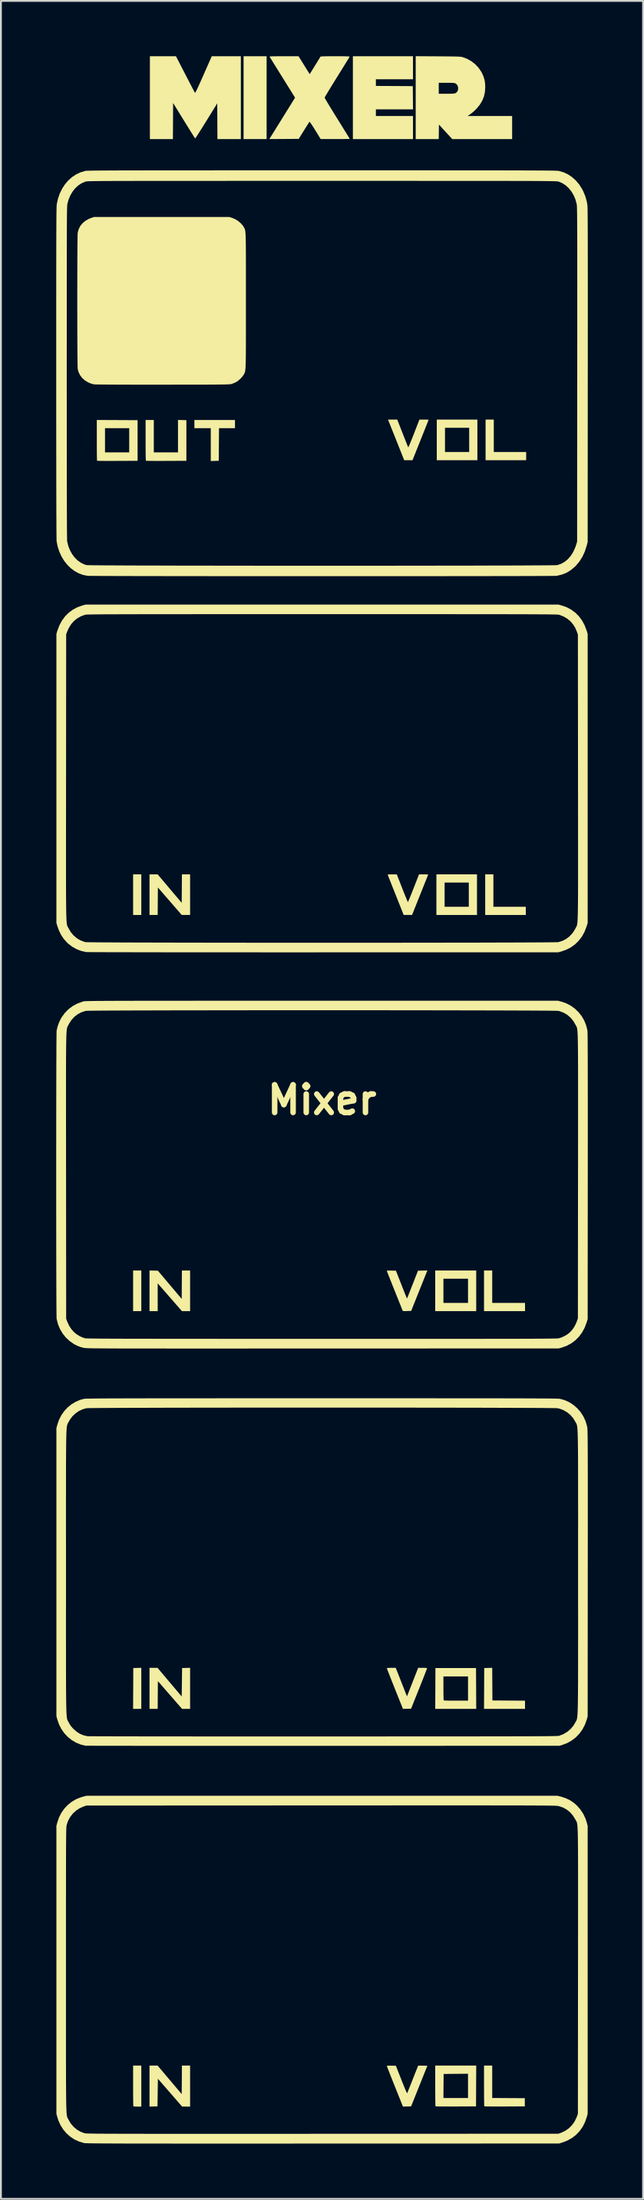
<source format=kicad_pcb>
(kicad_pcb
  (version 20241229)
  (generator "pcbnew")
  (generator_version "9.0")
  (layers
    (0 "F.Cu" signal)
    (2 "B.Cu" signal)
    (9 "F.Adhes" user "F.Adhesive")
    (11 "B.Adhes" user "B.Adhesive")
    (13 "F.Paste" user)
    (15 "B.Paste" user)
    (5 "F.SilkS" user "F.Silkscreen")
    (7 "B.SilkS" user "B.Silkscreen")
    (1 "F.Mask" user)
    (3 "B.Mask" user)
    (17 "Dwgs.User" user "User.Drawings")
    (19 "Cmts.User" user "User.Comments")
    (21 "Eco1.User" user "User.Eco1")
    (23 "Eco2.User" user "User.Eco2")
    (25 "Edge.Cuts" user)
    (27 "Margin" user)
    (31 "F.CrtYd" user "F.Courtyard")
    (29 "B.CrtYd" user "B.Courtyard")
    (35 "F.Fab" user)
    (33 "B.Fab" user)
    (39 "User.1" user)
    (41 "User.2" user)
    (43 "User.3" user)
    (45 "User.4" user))
  (footprint "Mixer"
    (layer "F.Cu")
    (at 14.427 56.643)
    (property "Reference" "Mixer" (at 0 0 0) (layer "F.SilkS") (effects (font (size 1.5 1.5) (thickness 0.3))))
    (attr board_only exclude_from_pos_files exclude_from_bom)
    (fp_poly (pts (xy -9.808 -11.142) (xy -9.808 -10.039) (xy -10.031 -10.039) (xy -10.253 -10.039) (xy -10.253 -11.142) (xy -10.253 -12.244) (xy -10.031 -12.244) (xy -9.808 -12.244)) (stroke (width 0) (type solid)) (fill yes) (layer "F.SilkS"))
    (fp_poly (pts (xy -9.808 10.357) (xy -9.808 11.46) (xy -10.031 11.46) (xy -10.253 11.46) (xy -10.253 10.357) (xy -10.253 9.255) (xy -10.031 9.255) (xy -9.808 9.255)) (stroke (width 0) (type solid)) (fill yes) (layer "F.SilkS"))
    (fp_poly (pts (xy -9.808 31.929) (xy -9.808 33.043) (xy -10.031 33.043) (xy -10.254 33.043) (xy -10.248 31.936) (xy -10.243 30.828) (xy -10.025 30.822) (xy -9.808 30.816)) (stroke (width 0) (type solid)) (fill yes) (layer "F.SilkS"))
    (fp_poly (pts (xy -3.008 -54.394) (xy -3.008 -52.146) (xy -3.633 -52.146) (xy -4.258 -52.146) (xy -4.258 -54.394) (xy -4.258 -56.641) (xy -3.633 -56.641) (xy -3.008 -56.641)) (stroke (width 0) (type solid)) (fill yes) (layer "F.SilkS"))
    (fp_poly (pts (xy 9.236 10.135) (xy 9.236 11.014) (xy 10.126 11.014) (xy 11.016 11.014) (xy 11.016 11.237) (xy 11.016 11.46) (xy 9.904 11.46) (xy 8.791 11.46) (xy 8.791 10.357) (xy 8.791 9.255) (xy 9.014 9.255) (xy 9.236 9.255)) (stroke (width 0) (type solid)) (fill yes) (layer "F.SilkS"))
    (fp_poly (pts (xy 9.241 31.702) (xy 9.247 32.587) (xy 10.131 32.593) (xy 11.016 32.599) (xy 11.016 32.821) (xy 11.016 33.043) (xy 9.903 33.043) (xy 8.791 33.043) (xy 8.797 31.936) (xy 8.802 30.828) (xy 9.019 30.822) (xy 9.236 30.816)) (stroke (width 0) (type solid)) (fill yes) (layer "F.SilkS"))
    (fp_poly (pts (xy 9.3 -11.364) (xy 9.3 -10.484) (xy 10.179 -10.484) (xy 11.058 -10.484) (xy 11.058 -10.262) (xy 11.058 -10.039) (xy 9.957 -10.039) (xy 8.855 -10.039) (xy 8.855 -11.142) (xy 8.855 -12.244) (xy 9.077 -12.244) (xy 9.3 -12.244)) (stroke (width 0) (type solid)) (fill yes) (layer "F.SilkS"))
    (fp_poly (pts (xy 9.321 -36.043) (xy 9.321 -35.164) (xy 10.2 -35.164) (xy 11.079 -35.164) (xy 11.079 -34.941) (xy 11.079 -34.718) (xy 9.978 -34.718) (xy 8.876 -34.718) (xy 8.876 -35.821) (xy 8.876 -36.923) (xy 9.099 -36.923) (xy 9.321 -36.923)) (stroke (width 0) (type solid)) (fill yes) (layer "F.SilkS"))
    (fp_poly (pts (xy -4.724 -36.679) (xy -4.724 -36.457) (xy -5.158 -36.457) (xy -5.592 -36.457) (xy -5.598 -35.572) (xy -5.603 -34.686) (xy -5.82 -34.68) (xy -6.038 -34.674) (xy -6.038 -35.566) (xy -6.038 -36.457) (xy -6.482 -36.457) (xy -6.927 -36.457) (xy -6.927 -36.679) (xy -6.927 -36.902) (xy -5.826 -36.902) (xy -4.724 -36.902)) (stroke (width 0) (type solid)) (fill yes) (layer "F.SilkS"))
    (fp_poly (pts (xy 8.368 10.357) (xy 8.368 11.46) (xy 7.256 11.46) (xy 6.143 11.46) (xy 6.143 10.357) (xy 6.588 10.357) (xy 6.588 11.014) (xy 7.256 11.014) (xy 7.923 11.014) (xy 7.923 10.357) (xy 7.923 9.7) (xy 7.256 9.7) (xy 6.588 9.7) (xy 6.588 10.357) (xy 6.143 10.357) (xy 6.143 9.255) (xy 7.256 9.255) (xy 8.368 9.255)) (stroke (width 0) (type solid)) (fill yes) (layer "F.SilkS"))
    (fp_poly (pts (xy 8.41 -11.142) (xy 8.41 -10.039) (xy 7.309 -10.039) (xy 6.207 -10.039) (xy 6.207 -11.142) (xy 6.652 -11.142) (xy 6.652 -10.484) (xy 7.309 -10.484) (xy 7.965 -10.484) (xy 7.965 -11.142) (xy 7.965 -11.799) (xy 7.309 -11.799) (xy 6.652 -11.799) (xy 6.652 -11.142) (xy 6.207 -11.142) (xy 6.207 -12.244) (xy 7.309 -12.244) (xy 8.41 -12.244)) (stroke (width 0) (type solid)) (fill yes) (layer "F.SilkS"))
    (fp_poly (pts (xy 8.431 -35.821) (xy 8.431 -34.718) (xy 7.33 -34.718) (xy 6.228 -34.718) (xy 6.228 -35.821) (xy 6.673 -35.821) (xy 6.673 -35.164) (xy 7.33 -35.164) (xy 7.986 -35.164) (xy 7.986 -35.821) (xy 7.986 -36.478) (xy 7.33 -36.478) (xy 6.673 -36.478) (xy 6.673 -35.821) (xy 6.228 -35.821) (xy 6.228 -36.923) (xy 7.33 -36.923) (xy 8.431 -36.923)) (stroke (width 0) (type solid)) (fill yes) (layer "F.SilkS"))
    (fp_poly (pts (xy -9.808 53.514) (xy -9.808 54.627) (xy -10.017 54.627) (xy -10.107 54.626) (xy -10.18 54.622) (xy -10.227 54.617) (xy -10.239 54.613) (xy -10.242 54.59) (xy -10.244 54.528) (xy -10.247 54.432) (xy -10.249 54.305) (xy -10.25 54.152) (xy -10.252 53.977) (xy -10.253 53.784) (xy -10.253 53.576) (xy -10.253 53.5) (xy -10.253 52.401) (xy -10.031 52.401) (xy -9.808 52.401)) (stroke (width 0) (type solid)) (fill yes) (layer "F.SilkS"))
    (fp_poly (pts (xy -9.136 9.259) (xy -8.909 9.265) (xy -8.262 10.031) (xy -7.616 10.797) (xy -7.61 10.026) (xy -7.605 9.255) (xy -7.382 9.255) (xy -7.16 9.255) (xy -7.16 10.357) (xy -7.16 11.46) (xy -7.382 11.46) (xy -7.603 11.46) (xy -8.261 10.706) (xy -8.919 9.953) (xy -8.919 10.706) (xy -8.919 11.46) (xy -9.141 11.46) (xy -9.363 11.46) (xy -9.363 10.356) (xy -9.363 9.253)) (stroke (width 0) (type solid)) (fill yes) (layer "F.SilkS"))
    (fp_poly (pts (xy -8.27 53.175) (xy -7.616 53.949) (xy -7.61 53.175) (xy -7.605 52.401) (xy -7.382 52.401) (xy -7.16 52.401) (xy -7.16 53.514) (xy -7.16 54.627) (xy -7.377 54.627) (xy -7.595 54.626) (xy -8.251 53.871) (xy -8.908 53.116) (xy -8.919 53.866) (xy -8.929 54.616) (xy -9.146 54.622) (xy -9.363 54.628) (xy -9.363 53.515) (xy -9.363 52.401) (xy -9.144 52.401) (xy -8.924 52.401)) (stroke (width 0) (type solid)) (fill yes) (layer "F.SilkS"))
    (fp_poly (pts (xy -8.269 -11.471) (xy -7.616 -10.698) (xy -7.61 -11.471) (xy -7.605 -12.244) (xy -7.382 -12.244) (xy -7.16 -12.244) (xy -7.16 -11.142) (xy -7.16 -10.039) (xy -7.388 -10.04) (xy -7.616 -10.042) (xy -8.262 -10.786) (xy -8.908 -11.53) (xy -8.914 -10.785) (xy -8.919 -10.039) (xy -9.141 -10.039) (xy -9.363 -10.039) (xy -9.363 -11.142) (xy -9.363 -12.244) (xy -9.143 -12.244) (xy -8.922 -12.244)) (stroke (width 0) (type solid)) (fill yes) (layer "F.SilkS"))
    (fp_poly (pts (xy -7.16 31.929) (xy -7.16 33.043) (xy -7.379 33.043) (xy -7.598 33.043) (xy -8.253 32.291) (xy -8.908 31.539) (xy -8.914 32.291) (xy -8.919 33.043) (xy -9.141 33.043) (xy -9.363 33.043) (xy -9.363 31.93) (xy -9.363 30.817) (xy -9.146 30.817) (xy -8.928 30.817) (xy -8.272 31.595) (xy -7.616 32.372) (xy -7.605 31.6) (xy -7.595 30.828) (xy -7.377 30.822) (xy -7.16 30.816)) (stroke (width 0) (type solid)) (fill yes) (layer "F.SilkS"))
    (fp_poly (pts (xy 4.936 -56.016) (xy 4.936 -55.39) (xy 3.93 -55.39) (xy 2.923 -55.39) (xy 2.923 -55.21) (xy 2.923 -55.03) (xy 3.924 -55.025) (xy 4.925 -55.019) (xy 4.931 -54.388) (xy 4.937 -53.758) (xy 3.93 -53.758) (xy 2.923 -53.758) (xy 2.923 -53.577) (xy 2.923 -53.397) (xy 3.93 -53.397) (xy 4.936 -53.397) (xy 4.936 -52.772) (xy 4.936 -52.146) (xy 3.305 -52.146) (xy 1.674 -52.146) (xy 1.674 -54.394) (xy 1.674 -56.641) (xy 3.305 -56.641) (xy 4.936 -56.641)) (stroke (width 0) (type solid)) (fill yes) (layer "F.SilkS"))
    (fp_poly (pts (xy 9.236 53.28) (xy 9.236 54.16) (xy 10.121 54.166) (xy 11.005 54.171) (xy 11.005 54.394) (xy 11.005 54.616) (xy 9.913 54.622) (xy 9.701 54.623) (xy 9.503 54.623) (xy 9.322 54.623) (xy 9.161 54.622) (xy 9.026 54.62) (xy 8.919 54.619) (xy 8.846 54.616) (xy 8.809 54.614) (xy 8.806 54.613) (xy 8.803 54.59) (xy 8.8 54.528) (xy 8.798 54.432) (xy 8.796 54.305) (xy 8.794 54.152) (xy 8.793 53.977) (xy 8.792 53.784) (xy 8.792 53.576) (xy 8.791 53.5) (xy 8.791 52.401) (xy 9.014 52.401) (xy 9.236 52.401)) (stroke (width 0) (type solid)) (fill yes) (layer "F.SilkS"))
    (fp_poly (pts (xy 8.363 31.936) (xy 8.368 33.043) (xy 7.256 33.043) (xy 6.143 33.043) (xy 6.149 31.936) (xy 6.149 31.927) (xy 6.588 31.927) (xy 6.589 32.088) (xy 6.59 32.235) (xy 6.592 32.363) (xy 6.595 32.467) (xy 6.598 32.541) (xy 6.601 32.579) (xy 6.602 32.584) (xy 6.626 32.587) (xy 6.687 32.591) (xy 6.78 32.593) (xy 6.9 32.596) (xy 7.041 32.597) (xy 7.198 32.598) (xy 7.27 32.598) (xy 7.923 32.598) (xy 7.923 31.941) (xy 7.923 31.284) (xy 7.256 31.284) (xy 6.588 31.284) (xy 6.588 31.927) (xy 6.149 31.927) (xy 6.154 30.828) (xy 7.256 30.828) (xy 8.357 30.828)) (stroke (width 0) (type solid)) (fill yes) (layer "F.SilkS"))
    (fp_poly (pts (xy -7.589 -36.898) (xy -7.362 -36.891) (xy -7.362 -35.789) (xy -7.362 -34.686) (xy -8.454 -34.681) (xy -8.665 -34.68) (xy -8.864 -34.68) (xy -9.045 -34.68) (xy -9.206 -34.681) (xy -9.341 -34.682) (xy -9.448 -34.684) (xy -9.521 -34.686) (xy -9.558 -34.689) (xy -9.561 -34.69) (xy -9.564 -34.713) (xy -9.566 -34.775) (xy -9.569 -34.871) (xy -9.571 -34.998) (xy -9.573 -35.15) (xy -9.574 -35.326) (xy -9.575 -35.519) (xy -9.575 -35.727) (xy -9.575 -35.803) (xy -9.575 -36.902) (xy -9.353 -36.902) (xy -9.13 -36.902) (xy -9.13 -36.022) (xy -9.13 -35.142) (xy -8.474 -35.142) (xy -7.817 -35.142) (xy -7.817 -36.023) (xy -7.817 -36.904)) (stroke (width 0) (type solid)) (fill yes) (layer "F.SilkS"))
    (fp_poly (pts (xy -11.116 -36.897) (xy -10.01 -36.891) (xy -10.01 -35.789) (xy -10.01 -34.686) (xy -11.102 -34.681) (xy -11.313 -34.68) (xy -11.512 -34.68) (xy -11.693 -34.68) (xy -11.854 -34.681) (xy -11.989 -34.682) (xy -12.096 -34.684) (xy -12.169 -34.686) (xy -12.206 -34.689) (xy -12.209 -34.69) (xy -12.212 -34.713) (xy -12.214 -34.775) (xy -12.217 -34.871) (xy -12.219 -34.998) (xy -12.221 -35.15) (xy -12.222 -35.326) (xy -12.223 -35.519) (xy -12.223 -35.727) (xy -12.223 -35.8) (xy -11.778 -35.8) (xy -11.778 -35.142) (xy -11.122 -35.142) (xy -10.465 -35.142) (xy -10.465 -35.8) (xy -10.465 -36.457) (xy -11.122 -36.457) (xy -11.778 -36.457) (xy -11.778 -35.8) (xy -12.223 -35.8) (xy -12.223 -35.803) (xy -12.223 -36.902)) (stroke (width 0) (type solid)) (fill yes) (layer "F.SilkS"))
    (fp_poly (pts (xy 8.363 53.509) (xy 8.357 54.616) (xy 7.265 54.622) (xy 7.053 54.623) (xy 6.855 54.623) (xy 6.674 54.623) (xy 6.513 54.622) (xy 6.378 54.62) (xy 6.271 54.619) (xy 6.198 54.616) (xy 6.161 54.614) (xy 6.158 54.613) (xy 6.155 54.59) (xy 6.152 54.528) (xy 6.15 54.432) (xy 6.148 54.305) (xy 6.146 54.161) (xy 6.588 54.161) (xy 7.255 54.161) (xy 7.923 54.161) (xy 7.923 53.503) (xy 7.923 52.845) (xy 7.261 52.851) (xy 6.599 52.857) (xy 6.593 53.509) (xy 6.588 54.161) (xy 6.146 54.161) (xy 6.146 54.152) (xy 6.145 53.977) (xy 6.144 53.784) (xy 6.143 53.576) (xy 6.143 53.5) (xy 6.143 52.401) (xy 7.256 52.401) (xy 8.368 52.401)) (stroke (width 0) (type solid)) (fill yes) (layer "F.SilkS"))
    (fp_poly (pts (xy 4.228 31.395) (xy 4.29 31.554) (xy 4.352 31.711) (xy 4.41 31.858) (xy 4.461 31.988) (xy 4.502 32.093) (xy 4.531 32.167) (xy 4.532 32.169) (xy 4.61 32.366) (xy 4.914 31.592) (xy 5.217 30.817) (xy 5.458 30.817) (xy 5.569 30.818) (xy 5.643 30.823) (xy 5.684 30.831) (xy 5.698 30.842) (xy 5.699 30.844) (xy 5.691 30.868) (xy 5.669 30.928) (xy 5.634 31.02) (xy 5.587 31.14) (xy 5.531 31.285) (xy 5.466 31.451) (xy 5.393 31.634) (xy 5.315 31.831) (xy 5.266 31.952) (xy 4.834 33.033) (xy 4.612 33.039) (xy 4.39 33.045) (xy 3.953 31.952) (xy 3.872 31.748) (xy 3.795 31.556) (xy 3.725 31.379) (xy 3.663 31.22) (xy 3.61 31.085) (xy 3.567 30.975) (xy 3.537 30.895) (xy 3.52 30.849) (xy 3.517 30.838) (xy 3.537 30.829) (xy 3.594 30.822) (xy 3.684 30.818) (xy 3.759 30.817) (xy 4 30.817)) (stroke (width 0) (type solid)) (fill yes) (layer "F.SilkS"))
    (fp_poly (pts (xy 4.375 -36.176) (xy 4.44 -36.008) (xy 4.502 -35.852) (xy 4.557 -35.713) (xy 4.604 -35.596) (xy 4.641 -35.504) (xy 4.667 -35.442) (xy 4.679 -35.415) (xy 4.68 -35.414) (xy 4.69 -35.43) (xy 4.714 -35.481) (xy 4.749 -35.564) (xy 4.794 -35.673) (xy 4.848 -35.806) (xy 4.909 -35.957) (xy 4.974 -36.123) (xy 4.989 -36.161) (xy 5.285 -36.923) (xy 5.534 -36.923) (xy 5.631 -36.922) (xy 5.711 -36.92) (xy 5.764 -36.917) (xy 5.783 -36.913) (xy 5.776 -36.892) (xy 5.754 -36.835) (xy 5.719 -36.746) (xy 5.672 -36.628) (xy 5.616 -36.485) (xy 5.551 -36.321) (xy 5.478 -36.139) (xy 5.4 -35.943) (xy 5.347 -35.81) (xy 4.91 -34.718) (xy 4.685 -34.719) (xy 4.459 -34.719) (xy 4.048 -35.752) (xy 3.968 -35.953) (xy 3.892 -36.143) (xy 3.822 -36.319) (xy 3.759 -36.476) (xy 3.705 -36.612) (xy 3.661 -36.722) (xy 3.629 -36.802) (xy 3.611 -36.847) (xy 3.608 -36.854) (xy 3.58 -36.923) (xy 3.831 -36.923) (xy 4.082 -36.923)) (stroke (width 0) (type solid)) (fill yes) (layer "F.SilkS"))
    (fp_poly (pts (xy 5.38 52.404) (xy 5.471 52.405) (xy 5.716 52.411) (xy 5.275 53.514) (xy 4.834 54.616) (xy 4.612 54.622) (xy 4.39 54.628) (xy 3.953 53.536) (xy 3.872 53.332) (xy 3.795 53.139) (xy 3.725 52.962) (xy 3.663 52.804) (xy 3.61 52.668) (xy 3.567 52.558) (xy 3.537 52.478) (xy 3.52 52.432) (xy 3.517 52.421) (xy 3.537 52.411) (xy 3.598 52.406) (xy 3.696 52.404) (xy 3.762 52.405) (xy 4.008 52.411) (xy 4.306 53.171) (xy 4.393 53.39) (xy 4.466 53.569) (xy 4.524 53.71) (xy 4.569 53.812) (xy 4.6 53.875) (xy 4.618 53.9) (xy 4.622 53.899) (xy 4.633 53.873) (xy 4.658 53.812) (xy 4.695 53.72) (xy 4.742 53.603) (xy 4.797 53.465) (xy 4.858 53.311) (xy 4.923 53.144) (xy 4.924 53.143) (xy 4.989 52.978) (xy 5.049 52.825) (xy 5.103 52.69) (xy 5.149 52.576) (xy 5.184 52.488) (xy 5.208 52.431) (xy 5.218 52.409) (xy 5.218 52.408) (xy 5.241 52.405) (xy 5.298 52.404)) (stroke (width 0) (type solid)) (fill yes) (layer "F.SilkS"))
    (fp_poly (pts (xy 5.627 -12.243) (xy 5.7 -12.24) (xy 5.742 -12.233) (xy 5.757 -12.223) (xy 5.756 -12.218) (xy 5.747 -12.193) (xy 5.723 -12.134) (xy 5.686 -12.042) (xy 5.638 -11.922) (xy 5.58 -11.777) (xy 5.514 -11.611) (xy 5.441 -11.428) (xy 5.362 -11.231) (xy 5.316 -11.115) (xy 4.885 -10.039) (xy 4.658 -10.039) (xy 4.431 -10.039) (xy 4.007 -11.105) (xy 3.926 -11.307) (xy 3.85 -11.498) (xy 3.78 -11.674) (xy 3.718 -11.831) (xy 3.664 -11.966) (xy 3.621 -12.075) (xy 3.59 -12.153) (xy 3.572 -12.198) (xy 3.569 -12.207) (xy 3.566 -12.223) (xy 3.576 -12.233) (xy 3.606 -12.24) (xy 3.662 -12.243) (xy 3.751 -12.244) (xy 3.806 -12.244) (xy 4.057 -12.244) (xy 4.351 -11.491) (xy 4.417 -11.323) (xy 4.479 -11.168) (xy 4.535 -11.031) (xy 4.582 -10.915) (xy 4.62 -10.824) (xy 4.646 -10.765) (xy 4.66 -10.739) (xy 4.66 -10.739) (xy 4.671 -10.758) (xy 4.695 -10.812) (xy 4.731 -10.897) (xy 4.777 -11.009) (xy 4.832 -11.144) (xy 4.893 -11.296) (xy 4.958 -11.462) (xy 4.97 -11.491) (xy 5.264 -12.244) (xy 5.515 -12.244)) (stroke (width 0) (type solid)) (fill yes) (layer "F.SilkS"))
    (fp_poly (pts (xy 5.277 10.351) (xy 4.838 11.449) (xy 4.612 11.455) (xy 4.511 11.457) (xy 4.445 11.457) (xy 4.405 11.452) (xy 4.383 11.441) (xy 4.371 11.424) (xy 4.366 11.413) (xy 4.355 11.384) (xy 4.329 11.32) (xy 4.291 11.224) (xy 4.242 11.101) (xy 4.183 10.954) (xy 4.116 10.787) (xy 4.043 10.604) (xy 3.965 10.409) (xy 3.94 10.347) (xy 3.861 10.149) (xy 3.787 9.963) (xy 3.718 9.792) (xy 3.658 9.639) (xy 3.607 9.51) (xy 3.566 9.407) (xy 3.538 9.334) (xy 3.523 9.296) (xy 3.522 9.291) (xy 3.52 9.275) (xy 3.531 9.265) (xy 3.561 9.259) (xy 3.616 9.257) (xy 3.704 9.258) (xy 3.761 9.259) (xy 4.011 9.265) (xy 4.308 10.023) (xy 4.374 10.191) (xy 4.435 10.346) (xy 4.49 10.484) (xy 4.537 10.599) (xy 4.574 10.689) (xy 4.599 10.748) (xy 4.612 10.773) (xy 4.612 10.773) (xy 4.621 10.752) (xy 4.644 10.696) (xy 4.679 10.609) (xy 4.724 10.496) (xy 4.778 10.361) (xy 4.838 10.208) (xy 4.903 10.041) (xy 4.914 10.015) (xy 5.207 9.265) (xy 5.462 9.259) (xy 5.716 9.253)) (stroke (width 0) (type solid)) (fill yes) (layer "F.SilkS"))
    (fp_poly (pts (xy -7.424 -55.666) (xy -7.327 -55.477) (xy -7.234 -55.299) (xy -7.149 -55.135) (xy -7.073 -54.989) (xy -7.009 -54.866) (xy -6.957 -54.768) (xy -6.92 -54.699) (xy -6.9 -54.663) (xy -6.898 -54.658) (xy -6.889 -54.658) (xy -6.875 -54.675) (xy -6.853 -54.711) (xy -6.822 -54.77) (xy -6.781 -54.853) (xy -6.73 -54.963) (xy -6.666 -55.103) (xy -6.588 -55.276) (xy -6.496 -55.483) (xy -6.429 -55.634) (xy -5.985 -56.641) (xy -5.195 -56.641) (xy -4.406 -56.641) (xy -4.406 -54.394) (xy -4.406 -52.146) (xy -5.042 -52.146) (xy -5.677 -52.146) (xy -5.682 -53.115) (xy -5.688 -54.083) (xy -6.279 -53.126) (xy -6.392 -52.944) (xy -6.498 -52.774) (xy -6.596 -52.619) (xy -6.683 -52.482) (xy -6.757 -52.366) (xy -6.817 -52.276) (xy -6.859 -52.213) (xy -6.882 -52.182) (xy -6.886 -52.179) (xy -6.9 -52.198) (xy -6.934 -52.25) (xy -6.985 -52.332) (xy -7.053 -52.439) (xy -7.134 -52.569) (xy -7.227 -52.719) (xy -7.33 -52.884) (xy -7.44 -53.062) (xy -7.492 -53.146) (xy -8.082 -54.103) (xy -8.087 -53.125) (xy -8.093 -52.146) (xy -8.718 -52.146) (xy -9.342 -52.146) (xy -9.342 -54.394) (xy -9.342 -56.641) (xy -8.635 -56.641) (xy -7.927 -56.641)) (stroke (width 0) (type solid)) (fill yes) (layer "F.SilkS"))
    (fp_poly (pts (xy 6.297 -56.636) (xy 6.558 -56.634) (xy 6.78 -56.632) (xy 6.967 -56.63) (xy 7.122 -56.628) (xy 7.249 -56.626) (xy 7.352 -56.623) (xy 7.433 -56.619) (xy 7.498 -56.614) (xy 7.548 -56.609) (xy 7.587 -56.603) (xy 7.62 -56.595) (xy 7.637 -56.591) (xy 7.882 -56.497) (xy 8.11 -56.367) (xy 8.315 -56.206) (xy 8.493 -56.017) (xy 8.64 -55.803) (xy 8.696 -55.698) (xy 8.773 -55.514) (xy 8.824 -55.335) (xy 8.851 -55.144) (xy 8.857 -54.956) (xy 8.84 -54.699) (xy 8.788 -54.461) (xy 8.699 -54.237) (xy 8.573 -54.024) (xy 8.406 -53.818) (xy 8.327 -53.735) (xy 8.243 -53.656) (xy 8.151 -53.577) (xy 8.066 -53.511) (xy 8.032 -53.486) (xy 7.897 -53.397) (xy 9.107 -53.397) (xy 10.317 -53.397) (xy 10.317 -52.772) (xy 10.317 -52.146) (xy 8.691 -52.146) (xy 7.065 -52.146) (xy 6.705 -52.539) (xy 6.345 -52.932) (xy 6.339 -52.539) (xy 6.333 -52.146) (xy 5.709 -52.146) (xy 5.084 -52.146) (xy 5.084 -54.395) (xy 5.084 -54.903) (xy 6.334 -54.903) (xy 6.334 -54.606) (xy 6.759 -54.606) (xy 6.914 -54.606) (xy 7.033 -54.609) (xy 7.12 -54.613) (xy 7.182 -54.62) (xy 7.224 -54.629) (xy 7.244 -54.637) (xy 7.321 -54.698) (xy 7.369 -54.782) (xy 7.389 -54.877) (xy 7.381 -54.976) (xy 7.345 -55.067) (xy 7.279 -55.141) (xy 7.256 -55.157) (xy 7.229 -55.171) (xy 7.199 -55.182) (xy 7.158 -55.19) (xy 7.101 -55.195) (xy 7.021 -55.198) (xy 6.911 -55.199) (xy 6.766 -55.199) (xy 6.761 -55.199) (xy 6.334 -55.199) (xy 6.334 -54.903) (xy 5.084 -54.903) (xy 5.084 -56.643)) (stroke (width 0) (type solid)) (fill yes) (layer "F.SilkS"))
    (fp_poly (pts (xy -0.972 -56.155) (xy -0.67 -55.669) (xy -0.386 -56.128) (xy -0.308 -56.254) (xy -0.237 -56.369) (xy -0.177 -56.467) (xy -0.13 -56.545) (xy -0.101 -56.595) (xy -0.091 -56.614) (xy -0.08 -56.621) (xy -0.051 -56.627) (xy -0.001 -56.632) (xy 0.074 -56.635) (xy 0.177 -56.638) (xy 0.312 -56.64) (xy 0.482 -56.641) (xy 0.691 -56.641) (xy 0.714 -56.641) (xy 0.926 -56.641) (xy 1.099 -56.64) (xy 1.236 -56.638) (xy 1.341 -56.636) (xy 1.416 -56.632) (xy 1.465 -56.628) (xy 1.491 -56.622) (xy 1.498 -56.615) (xy 1.498 -56.615) (xy 1.485 -56.592) (xy 1.452 -56.537) (xy 1.4 -56.453) (xy 1.332 -56.342) (xy 1.249 -56.208) (xy 1.154 -56.054) (xy 1.048 -55.883) (xy 0.933 -55.699) (xy 0.814 -55.507) (xy 0.693 -55.312) (xy 0.579 -55.128) (xy 0.474 -54.957) (xy 0.38 -54.803) (xy 0.299 -54.668) (xy 0.232 -54.557) (xy 0.182 -54.472) (xy 0.151 -54.416) (xy 0.14 -54.394) (xy 0.151 -54.371) (xy 0.182 -54.315) (xy 0.232 -54.229) (xy 0.299 -54.117) (xy 0.38 -53.982) (xy 0.475 -53.827) (xy 0.58 -53.656) (xy 0.694 -53.47) (xy 0.815 -53.275) (xy 0.822 -53.265) (xy 0.943 -53.069) (xy 1.058 -52.885) (xy 1.163 -52.714) (xy 1.258 -52.56) (xy 1.34 -52.427) (xy 1.408 -52.317) (xy 1.459 -52.233) (xy 1.492 -52.179) (xy 1.504 -52.157) (xy 1.504 -52.157) (xy 1.484 -52.155) (xy 1.426 -52.152) (xy 1.334 -52.15) (xy 1.215 -52.149) (xy 1.071 -52.148) (xy 0.909 -52.147) (xy 0.732 -52.147) (xy 0.715 -52.147) (xy -0.074 -52.147) (xy -0.368 -52.625) (xy -0.459 -52.771) (xy -0.537 -52.892) (xy -0.6 -52.986) (xy -0.646 -53.05) (xy -0.674 -53.081) (xy -0.682 -53.084) (xy -0.698 -53.061) (xy -0.733 -53.007) (xy -0.784 -52.928) (xy -0.847 -52.827) (xy -0.92 -52.711) (xy -0.982 -52.611) (xy -1.264 -52.157) (xy -2.062 -52.151) (xy -2.861 -52.146) (xy -2.811 -52.226) (xy -2.79 -52.258) (xy -2.75 -52.323) (xy -2.691 -52.417) (xy -2.617 -52.536) (xy -2.529 -52.678) (xy -2.43 -52.838) (xy -2.321 -53.013) (xy -2.205 -53.199) (xy -2.112 -53.349) (xy -1.464 -54.392) (xy -2.147 -55.49) (xy -2.269 -55.686) (xy -2.384 -55.872) (xy -2.491 -56.044) (xy -2.588 -56.199) (xy -2.672 -56.335) (xy -2.742 -56.447) (xy -2.796 -56.534) (xy -2.831 -56.59) (xy -2.846 -56.614) (xy -2.846 -56.615) (xy -2.842 -56.622) (xy -2.82 -56.627) (xy -2.775 -56.632) (xy -2.705 -56.636) (xy -2.605 -56.638) (xy -2.474 -56.64) (xy -2.308 -56.641) (xy -2.102 -56.641) (xy -2.068 -56.641) (xy -1.274 -56.641)) (stroke (width 0) (type solid)) (fill yes) (layer "F.SilkS"))
    (fp_poly (pts (xy -4.882 -47.87) (xy -4.719 -47.802) (xy -4.562 -47.706) (xy -4.421 -47.59) (xy -4.305 -47.462) (xy -4.235 -47.351) (xy -4.222 -47.326) (xy -4.21 -47.303) (xy -4.2 -47.28) (xy -4.19 -47.256) (xy -4.181 -47.227) (xy -4.173 -47.193) (xy -4.166 -47.151) (xy -4.16 -47.099) (xy -4.155 -47.036) (xy -4.15 -46.96) (xy -4.146 -46.868) (xy -4.142 -46.759) (xy -4.14 -46.631) (xy -4.137 -46.481) (xy -4.135 -46.309) (xy -4.134 -46.111) (xy -4.133 -45.887) (xy -4.132 -45.634) (xy -4.131 -45.35) (xy -4.131 -45.034) (xy -4.131 -44.683) (xy -4.131 -44.295) (xy -4.131 -43.869) (xy -4.131 -43.403) (xy -4.131 -43.369) (xy -4.131 -42.899) (xy -4.131 -42.469) (xy -4.131 -42.078) (xy -4.131 -41.724) (xy -4.131 -41.404) (xy -4.132 -41.117) (xy -4.133 -40.861) (xy -4.134 -40.634) (xy -4.135 -40.434) (xy -4.137 -40.259) (xy -4.14 -40.108) (xy -4.143 -39.977) (xy -4.146 -39.866) (xy -4.151 -39.772) (xy -4.156 -39.694) (xy -4.162 -39.629) (xy -4.169 -39.576) (xy -4.176 -39.533) (xy -4.185 -39.497) (xy -4.195 -39.468) (xy -4.206 -39.442) (xy -4.218 -39.418) (xy -4.231 -39.394) (xy -4.245 -39.369) (xy -4.252 -39.356) (xy -4.311 -39.271) (xy -4.394 -39.177) (xy -4.491 -39.084) (xy -4.591 -39.004) (xy -4.677 -38.95) (xy -4.759 -38.913) (xy -4.851 -38.876) (xy -4.894 -38.86) (xy -4.91 -38.855) (xy -4.928 -38.851) (xy -4.951 -38.847) (xy -4.981 -38.843) (xy -5.019 -38.84) (xy -5.067 -38.837) (xy -5.127 -38.834) (xy -5.202 -38.832) (xy -5.293 -38.829) (xy -5.401 -38.828) (xy -5.53 -38.826) (xy -5.68 -38.825) (xy -5.854 -38.823) (xy -6.054 -38.822) (xy -6.282 -38.821) (xy -6.539 -38.821) (xy -6.827 -38.82) (xy -7.15 -38.82) (xy -7.507 -38.819) (xy -7.902 -38.819) (xy -8.336 -38.818) (xy -8.622 -38.818) (xy -9.044 -38.818) (xy -9.45 -38.818) (xy -9.837 -38.818) (xy -10.205 -38.818) (xy -10.551 -38.819) (xy -10.872 -38.82) (xy -11.168 -38.821) (xy -11.436 -38.822) (xy -11.675 -38.824) (xy -11.882 -38.825) (xy -12.055 -38.827) (xy -12.193 -38.829) (xy -12.294 -38.831) (xy -12.355 -38.833) (xy -12.372 -38.834) (xy -12.482 -38.86) (xy -12.608 -38.904) (xy -12.685 -38.938) (xy -12.865 -39.045) (xy -13.016 -39.179) (xy -13.135 -39.336) (xy -13.218 -39.512) (xy -13.261 -39.68) (xy -13.263 -39.719) (xy -13.266 -39.797) (xy -13.268 -39.913) (xy -13.271 -40.063) (xy -13.273 -40.244) (xy -13.275 -40.454) (xy -13.276 -40.69) (xy -13.278 -40.95) (xy -13.279 -41.23) (xy -13.28 -41.528) (xy -13.281 -41.84) (xy -13.282 -42.166) (xy -13.282 -42.5) (xy -13.283 -42.842) (xy -13.283 -43.188) (xy -13.283 -43.535) (xy -13.283 -43.881) (xy -13.282 -44.223) (xy -13.282 -44.558) (xy -13.281 -44.884) (xy -13.28 -45.197) (xy -13.279 -45.496) (xy -13.278 -45.776) (xy -13.276 -46.037) (xy -13.275 -46.274) (xy -13.273 -46.485) (xy -13.271 -46.668) (xy -13.269 -46.819) (xy -13.266 -46.936) (xy -13.264 -47.016) (xy -13.261 -47.057) (xy -13.261 -47.058) (xy -13.21 -47.25) (xy -13.122 -47.425) (xy -12.999 -47.578) (xy -12.843 -47.709) (xy -12.657 -47.814) (xy -12.548 -47.858) (xy -12.382 -47.917) (xy -8.707 -47.917) (xy -5.031 -47.917)) (stroke (width 0) (type solid)) (fill yes) (layer "F.SilkS"))
    (fp_poly (pts (xy 12.969 37.808) (xy 13.233 37.894) (xy 13.471 38.01) (xy 13.688 38.162) (xy 13.82 38.278) (xy 14.013 38.493) (xy 14.173 38.733) (xy 14.297 38.994) (xy 14.368 39.213) (xy 14.416 39.393) (xy 14.416 47.206) (xy 14.416 55.019) (xy 14.367 55.198) (xy 14.27 55.477) (xy 14.14 55.732) (xy 13.977 55.961) (xy 13.784 56.162) (xy 13.564 56.332) (xy 13.316 56.471) (xy 13.056 56.572) (xy 12.869 56.631) (xy 0.053 56.634) (xy -0.837 56.634) (xy -1.686 56.635) (xy -2.495 56.635) (xy -3.264 56.635) (xy -3.994 56.635) (xy -4.688 56.635) (xy -5.344 56.635) (xy -5.965 56.635) (xy -6.552 56.635) (xy -7.105 56.635) (xy -7.625 56.635) (xy -8.114 56.635) (xy -8.572 56.634) (xy -9 56.634) (xy -9.4 56.634) (xy -9.772 56.633) (xy -10.117 56.633) (xy -10.436 56.632) (xy -10.731 56.632) (xy -11.002 56.631) (xy -11.25 56.63) (xy -11.476 56.629) (xy -11.681 56.628) (xy -11.867 56.627) (xy -12.033 56.626) (xy -12.182 56.625) (xy -12.313 56.624) (xy -12.428 56.623) (xy -12.529 56.621) (xy -12.615 56.62) (xy -12.689 56.618) (xy -12.75 56.616) (xy -12.8 56.615) (xy -12.84 56.613) (xy -12.871 56.611) (xy -12.893 56.609) (xy -12.909 56.607) (xy -12.912 56.606) (xy -13.181 56.527) (xy -13.432 56.412) (xy -13.662 56.262) (xy -13.867 56.081) (xy -14.045 55.871) (xy -14.194 55.634) (xy -14.311 55.373) (xy -14.367 55.198) (xy -14.416 55.019) (xy -14.416 50.239) (xy -13.897 50.239) (xy -13.897 50.733) (xy -13.897 51.193) (xy -13.897 51.619) (xy -13.897 52.014) (xy -13.896 52.378) (xy -13.895 52.712) (xy -13.895 53.018) (xy -13.894 53.298) (xy -13.892 53.552) (xy -13.891 53.782) (xy -13.889 53.989) (xy -13.887 54.174) (xy -13.885 54.339) (xy -13.882 54.485) (xy -13.879 54.614) (xy -13.875 54.726) (xy -13.871 54.823) (xy -13.867 54.907) (xy -13.862 54.977) (xy -13.857 55.037) (xy -13.851 55.087) (xy -13.845 55.128) (xy -13.838 55.163) (xy -13.831 55.191) (xy -13.823 55.214) (xy -13.814 55.234) (xy -13.805 55.253) (xy -13.795 55.27) (xy -13.784 55.288) (xy -13.773 55.308) (xy -13.761 55.331) (xy -13.758 55.337) (xy -13.636 55.546) (xy -13.482 55.727) (xy -13.301 55.878) (xy -13.096 55.996) (xy -12.894 56.071) (xy -12.883 56.073) (xy -12.87 56.076) (xy -12.853 56.078) (xy -12.831 56.08) (xy -12.803 56.083) (xy -12.768 56.085) (xy -12.725 56.086) (xy -12.673 56.088) (xy -12.611 56.09) (xy -12.538 56.091) (xy -12.453 56.093) (xy -12.356 56.094) (xy -12.244 56.096) (xy -12.117 56.097) (xy -11.975 56.098) (xy -11.815 56.099) (xy -11.638 56.1) (xy -11.441 56.101) (xy -11.225 56.101) (xy -10.987 56.102) (xy -10.728 56.103) (xy -10.446 56.103) (xy -10.139 56.104) (xy -9.808 56.104) (xy -9.451 56.105) (xy -9.067 56.105) (xy -8.654 56.105) (xy -8.213 56.105) (xy -7.742 56.105) (xy -7.24 56.106) (xy -6.706 56.106) (xy -6.139 56.106) (xy -5.537 56.106) (xy -4.901 56.106) (xy -4.229 56.105) (xy -3.52 56.105) (xy -2.773 56.105) (xy -1.987 56.105) (xy -1.161 56.105) (xy -0.294 56.104) (xy 0.032 56.104) (xy 12.827 56.1) (xy 12.986 56.043) (xy 13.2 55.942) (xy 13.393 55.807) (xy 13.561 55.64) (xy 13.701 55.445) (xy 13.811 55.224) (xy 13.826 55.183) (xy 13.886 55.019) (xy 13.892 47.27) (xy 13.893 46.579) (xy 13.893 45.93) (xy 13.894 45.321) (xy 13.894 44.75) (xy 13.895 44.216) (xy 13.895 43.718) (xy 13.895 43.255) (xy 13.895 42.825) (xy 13.895 42.427) (xy 13.895 42.06) (xy 13.895 41.723) (xy 13.894 41.413) (xy 13.893 41.131) (xy 13.892 40.874) (xy 13.891 40.641) (xy 13.889 40.431) (xy 13.887 40.243) (xy 13.885 40.075) (xy 13.882 39.926) (xy 13.879 39.795) (xy 13.875 39.681) (xy 13.871 39.582) (xy 13.866 39.496) (xy 13.861 39.423) (xy 13.856 39.362) (xy 13.85 39.31) (xy 13.843 39.268) (xy 13.836 39.232) (xy 13.828 39.203) (xy 13.82 39.178) (xy 13.811 39.158) (xy 13.801 39.139) (xy 13.79 39.121) (xy 13.779 39.103) (xy 13.767 39.083) (xy 13.755 39.06) (xy 13.748 39.048) (xy 13.622 38.841) (xy 13.468 38.663) (xy 13.289 38.516) (xy 13.089 38.403) (xy 12.871 38.327) (xy 12.806 38.313) (xy 12.792 38.311) (xy 12.772 38.308) (xy 12.746 38.306) (xy 12.713 38.304) (xy 12.671 38.302) (xy 12.62 38.3) (xy 12.559 38.299) (xy 12.487 38.297) (xy 12.402 38.296) (xy 12.304 38.294) (xy 12.192 38.293) (xy 12.065 38.292) (xy 11.921 38.291) (xy 11.76 38.29) (xy 11.581 38.289) (xy 11.382 38.288) (xy 11.164 38.287) (xy 10.924 38.286) (xy 10.662 38.286) (xy 10.376 38.285) (xy 10.067 38.285) (xy 9.732 38.284) (xy 9.371 38.284) (xy 8.983 38.283) (xy 8.566 38.283) (xy 8.121 38.283) (xy 7.645 38.283) (xy 7.138 38.283) (xy 6.599 38.283) (xy 6.027 38.283) (xy 5.42 38.283) (xy 4.778 38.283) (xy 4.101 38.283) (xy 3.386 38.284) (xy 2.633 38.284) (xy 1.84 38.284) (xy 1.008 38.285) (xy 0.134 38.285) (xy -0.074 38.285) (xy -12.785 38.291) (xy -12.933 38.34) (xy -13.151 38.435) (xy -13.348 38.564) (xy -13.522 38.724) (xy -13.668 38.91) (xy -13.781 39.117) (xy -13.855 39.332) (xy -13.859 39.347) (xy -13.862 39.363) (xy -13.866 39.381) (xy -13.869 39.403) (xy -13.871 39.43) (xy -13.874 39.463) (xy -13.876 39.504) (xy -13.879 39.553) (xy -13.881 39.613) (xy -13.883 39.684) (xy -13.885 39.768) (xy -13.886 39.866) (xy -13.888 39.98) (xy -13.889 40.11) (xy -13.89 40.259) (xy -13.891 40.427) (xy -13.892 40.615) (xy -13.893 40.825) (xy -13.894 41.059) (xy -13.894 41.318) (xy -13.895 41.602) (xy -13.895 41.914) (xy -13.896 42.254) (xy -13.896 42.624) (xy -13.896 43.025) (xy -13.897 43.458) (xy -13.897 43.926) (xy -13.897 44.428) (xy -13.897 44.967) (xy -13.897 45.544) (xy -13.897 46.16) (xy -13.897 46.816) (xy -13.897 47.203) (xy -13.897 47.89) (xy -13.897 48.535) (xy -13.897 49.141) (xy -13.897 49.709) (xy -13.897 50.239) (xy -14.416 50.239) (xy -14.416 47.206) (xy -14.416 39.393) (xy -14.368 39.213) (xy -14.275 38.938) (xy -14.147 38.685) (xy -13.987 38.457) (xy -13.798 38.256) (xy -13.582 38.084) (xy -13.342 37.944) (xy -13.08 37.84) (xy -12.969 37.808) (xy -12.785 37.761) (xy 0 37.761) (xy 12.785 37.761)) (stroke (width 0) (type solid)) (fill yes) (layer "F.SilkS"))
    (fp_poly (pts (xy 13.007 -26.835) (xy 13.275 -26.741) (xy 13.521 -26.611) (xy 13.743 -26.447) (xy 13.939 -26.252) (xy 14.107 -26.027) (xy 14.246 -25.773) (xy 14.354 -25.493) (xy 14.357 -25.485) (xy 14.416 -25.294) (xy 14.416 -17.449) (xy 14.416 -9.605) (xy 14.357 -9.414) (xy 14.249 -9.131) (xy 14.11 -8.876) (xy 13.941 -8.651) (xy 13.743 -8.455) (xy 13.517 -8.29) (xy 13.265 -8.158) (xy 12.997 -8.062) (xy 12.827 -8.014) (xy 0.074 -8.012) (xy -0.678 -8.011) (xy -1.418 -8.011) (xy -2.144 -8.011) (xy -2.857 -8.011) (xy -3.554 -8.012) (xy -4.235 -8.012) (xy -4.899 -8.012) (xy -5.544 -8.012) (xy -6.169 -8.013) (xy -6.773 -8.013) (xy -7.355 -8.013) (xy -7.914 -8.014) (xy -8.449 -8.014) (xy -8.959 -8.015) (xy -9.442 -8.016) (xy -9.897 -8.016) (xy -10.324 -8.017) (xy -10.721 -8.018) (xy -11.087 -8.018) (xy -11.421 -8.019) (xy -11.722 -8.02) (xy -11.988 -8.021) (xy -12.219 -8.022) (xy -12.413 -8.023) (xy -12.57 -8.024) (xy -12.688 -8.025) (xy -12.766 -8.026) (xy -12.803 -8.027) (xy -12.806 -8.027) (xy -13.068 -8.086) (xy -13.321 -8.184) (xy -13.559 -8.317) (xy -13.775 -8.482) (xy -13.84 -8.544) (xy -14.017 -8.741) (xy -14.162 -8.958) (xy -14.28 -9.201) (xy -14.357 -9.414) (xy -14.416 -9.605) (xy -14.416 -13.084) (xy -13.895 -13.084) (xy -13.895 -12.687) (xy -13.895 -12.32) (xy -13.895 -11.983) (xy -13.894 -11.674) (xy -13.893 -11.392) (xy -13.892 -11.136) (xy -13.891 -10.904) (xy -13.889 -10.694) (xy -13.887 -10.506) (xy -13.885 -10.339) (xy -13.882 -10.191) (xy -13.879 -10.06) (xy -13.876 -9.946) (xy -13.872 -9.847) (xy -13.868 -9.762) (xy -13.863 -9.69) (xy -13.858 -9.628) (xy -13.852 -9.577) (xy -13.846 -9.534) (xy -13.839 -9.499) (xy -13.832 -9.47) (xy -13.824 -9.446) (xy -13.815 -9.425) (xy -13.806 -9.406) (xy -13.796 -9.388) (xy -13.785 -9.37) (xy -13.774 -9.35) (xy -13.762 -9.327) (xy -13.758 -9.32) (xy -13.639 -9.115) (xy -13.49 -8.935) (xy -13.316 -8.785) (xy -13.122 -8.667) (xy -12.912 -8.586) (xy -12.835 -8.566) (xy -12.803 -8.564) (xy -12.731 -8.562) (xy -12.619 -8.56) (xy -12.469 -8.558) (xy -12.282 -8.556) (xy -12.06 -8.554) (xy -11.804 -8.552) (xy -11.516 -8.551) (xy -11.197 -8.549) (xy -10.848 -8.547) (xy -10.471 -8.546) (xy -10.068 -8.544) (xy -9.639 -8.543) (xy -9.186 -8.542) (xy -8.711 -8.541) (xy -8.215 -8.54) (xy -7.699 -8.538) (xy -7.165 -8.538) (xy -6.614 -8.537) (xy -6.048 -8.536) (xy -5.468 -8.535) (xy -4.875 -8.534) (xy -4.272 -8.534) (xy -3.659 -8.533) (xy -3.037 -8.533) (xy -2.409 -8.533) (xy -1.776 -8.532) (xy -1.138 -8.532) (xy -0.498 -8.532) (xy 0.143 -8.532) (xy 0.784 -8.532) (xy 1.423 -8.532) (xy 2.059 -8.532) (xy 2.69 -8.533) (xy 3.315 -8.533) (xy 3.933 -8.533) (xy 4.542 -8.534) (xy 5.14 -8.534) (xy 5.727 -8.535) (xy 6.301 -8.536) (xy 6.86 -8.537) (xy 7.403 -8.537) (xy 7.929 -8.538) (xy 8.436 -8.539) (xy 8.923 -8.541) (xy 9.388 -8.542) (xy 9.83 -8.543) (xy 10.247 -8.544) (xy 10.639 -8.546) (xy 11.003 -8.547) (xy 11.338 -8.549) (xy 11.643 -8.551) (xy 11.917 -8.552) (xy 12.157 -8.554) (xy 12.363 -8.556) (xy 12.533 -8.558) (xy 12.666 -8.56) (xy 12.76 -8.562) (xy 12.814 -8.564) (xy 12.825 -8.566) (xy 13.044 -8.633) (xy 13.247 -8.738) (xy 13.43 -8.878) (xy 13.59 -9.048) (xy 13.721 -9.247) (xy 13.758 -9.32) (xy 13.771 -9.344) (xy 13.782 -9.364) (xy 13.793 -9.383) (xy 13.803 -9.401) (xy 13.812 -9.419) (xy 13.821 -9.439) (xy 13.829 -9.463) (xy 13.837 -9.49) (xy 13.844 -9.524) (xy 13.85 -9.564) (xy 13.856 -9.613) (xy 13.862 -9.671) (xy 13.866 -9.74) (xy 13.871 -9.822) (xy 13.875 -9.916) (xy 13.878 -10.026) (xy 13.882 -10.152) (xy 13.884 -10.295) (xy 13.887 -10.457) (xy 13.889 -10.639) (xy 13.89 -10.842) (xy 13.892 -11.067) (xy 13.893 -11.317) (xy 13.894 -11.592) (xy 13.895 -11.893) (xy 13.895 -12.222) (xy 13.895 -12.58) (xy 13.895 -12.968) (xy 13.895 -13.388) (xy 13.895 -13.841) (xy 13.895 -14.329) (xy 13.894 -14.852) (xy 13.894 -15.411) (xy 13.893 -16.009) (xy 13.893 -16.647) (xy 13.892 -17.325) (xy 13.892 -17.513) (xy 13.886 -25.252) (xy 13.827 -25.421) (xy 13.739 -25.627) (xy 13.627 -25.806) (xy 13.484 -25.972) (xy 13.469 -25.987) (xy 13.312 -26.117) (xy 13.128 -26.227) (xy 12.931 -26.309) (xy 12.849 -26.333) (xy 12.837 -26.335) (xy 12.818 -26.337) (xy 12.792 -26.339) (xy 12.756 -26.341) (xy 12.711 -26.343) (xy 12.655 -26.345) (xy 12.587 -26.346) (xy 12.507 -26.348) (xy 12.413 -26.349) (xy 12.305 -26.351) (xy 12.18 -26.352) (xy 12.04 -26.353) (xy 11.881 -26.354) (xy 11.704 -26.355) (xy 11.508 -26.356) (xy 11.291 -26.357) (xy 11.052 -26.358) (xy 10.791 -26.359) (xy 10.507 -26.36) (xy 10.198 -26.36) (xy 9.863 -26.361) (xy 9.503 -26.361) (xy 9.114 -26.362) (xy 8.698 -26.362) (xy 8.252 -26.363) (xy 7.776 -26.363) (xy 7.268 -26.363) (xy 6.729 -26.364) (xy 6.155 -26.364) (xy 5.548 -26.364) (xy 4.906 -26.364) (xy 4.227 -26.364) (xy 3.511 -26.365) (xy 2.757 -26.365) (xy 1.964 -26.365) (xy 1.13 -26.365) (xy 0.256 -26.365) (xy 0 -26.365) (xy -0.886 -26.365) (xy -1.731 -26.365) (xy -2.536 -26.365) (xy -3.301 -26.365) (xy -4.028 -26.364) (xy -4.717 -26.364) (xy -5.37 -26.364) (xy -5.987 -26.364) (xy -6.569 -26.364) (xy -7.119 -26.363) (xy -7.635 -26.363) (xy -8.12 -26.363) (xy -8.574 -26.362) (xy -8.999 -26.362) (xy -9.395 -26.362) (xy -9.764 -26.361) (xy -10.106 -26.36) (xy -10.422 -26.36) (xy -10.713 -26.359) (xy -10.98 -26.358) (xy -11.225 -26.357) (xy -11.448 -26.357) (xy -11.651 -26.356) (xy -11.833 -26.355) (xy -11.997 -26.353) (xy -12.142 -26.352) (xy -12.271 -26.351) (xy -12.384 -26.35) (xy -12.482 -26.348) (xy -12.566 -26.347) (xy -12.637 -26.345) (xy -12.696 -26.343) (xy -12.744 -26.342) (xy -12.782 -26.34) (xy -12.811 -26.338) (xy -12.832 -26.336) (xy -12.846 -26.333) (xy -12.849 -26.333) (xy -13.076 -26.254) (xy -13.282 -26.139) (xy -13.464 -25.991) (xy -13.621 -25.811) (xy -13.75 -25.601) (xy -13.82 -25.445) (xy -13.886 -25.273) (xy -13.892 -17.523) (xy -13.893 -16.834) (xy -13.893 -16.185) (xy -13.894 -15.576) (xy -13.894 -15.006) (xy -13.895 -14.473) (xy -13.895 -13.976) (xy -13.895 -13.513) (xy -13.895 -13.084) (xy -14.416 -13.084) (xy -14.416 -17.449) (xy -14.416 -25.294) (xy -14.357 -25.485) (xy -14.25 -25.765) (xy -14.111 -26.02) (xy -13.944 -26.246) (xy -13.748 -26.442) (xy -13.527 -26.606) (xy -13.282 -26.737) (xy -13.015 -26.833) (xy -13.007 -26.835) (xy -12.827 -26.884) (xy 0 -26.884) (xy 12.827 -26.884)) (stroke (width 0) (type solid)) (fill yes) (layer "F.SilkS"))
    (fp_poly (pts (xy 12.986 -5.337) (xy 13.25 -5.246) (xy 13.496 -5.118) (xy 13.719 -4.958) (xy 13.917 -4.769) (xy 14.088 -4.554) (xy 14.227 -4.316) (xy 14.331 -4.06) (xy 14.399 -3.788) (xy 14.405 -3.751) (xy 14.407 -3.72) (xy 14.409 -3.655) (xy 14.411 -3.557) (xy 14.413 -3.424) (xy 14.415 -3.257) (xy 14.416 -3.055) (xy 14.417 -2.817) (xy 14.419 -2.543) (xy 14.42 -2.233) (xy 14.421 -1.885) (xy 14.421 -1.5) (xy 14.422 -1.077) (xy 14.422 -0.616) (xy 14.423 -0.116) (xy 14.423 0.424) (xy 14.423 1.003) (xy 14.423 1.623) (xy 14.423 2.283) (xy 14.422 2.985) (xy 14.422 3.728) (xy 14.422 4.145) (xy 14.416 11.894) (xy 14.357 12.085) (xy 14.25 12.366) (xy 14.111 12.62) (xy 13.943 12.847) (xy 13.747 13.044) (xy 13.525 13.209) (xy 13.28 13.341) (xy 13.018 13.436) (xy 12.848 13.484) (xy 0.053 13.488) (xy -0.829 13.489) (xy -1.669 13.489) (xy -2.469 13.489) (xy -3.23 13.489) (xy -3.952 13.489) (xy -4.637 13.49) (xy -5.286 13.49) (xy -5.899 13.49) (xy -6.478 13.49) (xy -7.024 13.49) (xy -7.538 13.49) (xy -8.02 13.49) (xy -8.472 13.489) (xy -8.894 13.489) (xy -9.289 13.489) (xy -9.656 13.489) (xy -9.997 13.488) (xy -10.312 13.488) (xy -10.604 13.487) (xy -10.872 13.487) (xy -11.118 13.486) (xy -11.343 13.485) (xy -11.547 13.484) (xy -11.733 13.483) (xy -11.9 13.482) (xy -12.05 13.481) (xy -12.184 13.48) (xy -12.302 13.479) (xy -12.407 13.478) (xy -12.498 13.476) (xy -12.577 13.475) (xy -12.645 13.473) (xy -12.703 13.471) (xy -12.752 13.469) (xy -12.793 13.467) (xy -12.827 13.465) (xy -12.854 13.463) (xy -12.877 13.461) (xy -12.895 13.459) (xy -12.911 13.456) (xy -12.922 13.454) (xy -13.109 13.406) (xy -13.273 13.344) (xy -13.437 13.261) (xy -13.471 13.241) (xy -13.7 13.083) (xy -13.903 12.893) (xy -14.077 12.676) (xy -14.219 12.436) (xy -14.327 12.179) (xy -14.397 11.907) (xy -14.405 11.863) (xy -14.407 11.829) (xy -14.408 11.755) (xy -14.41 11.642) (xy -14.412 11.492) (xy -14.413 11.308) (xy -14.415 11.09) (xy -14.416 10.84) (xy -14.418 10.561) (xy -14.419 10.255) (xy -14.42 9.923) (xy -14.421 9.566) (xy -14.422 9.188) (xy -14.423 8.789) (xy -14.424 8.371) (xy -14.425 7.937) (xy -14.425 7.488) (xy -14.426 7.026) (xy -14.426 6.553) (xy -14.427 6.071) (xy -14.427 5.581) (xy -14.427 5.086) (xy -14.427 4.586) (xy -14.427 4.085) (xy -14.427 3.584) (xy -14.427 3.084) (xy -14.427 2.588) (xy -14.426 2.097) (xy -14.426 1.614) (xy -14.426 1.139) (xy -14.425 0.675) (xy -14.424 0.225) (xy -14.424 -0.212) (xy -14.423 -0.435) (xy -13.895 -0.435) (xy -13.895 -0.015) (xy -13.895 0.437) (xy -13.895 0.924) (xy -13.894 1.447) (xy -13.894 2.006) (xy -13.893 2.604) (xy -13.893 3.24) (xy -13.892 3.918) (xy -13.892 4.124) (xy -13.886 11.873) (xy -13.82 12.045) (xy -13.722 12.257) (xy -13.601 12.441) (xy -13.464 12.594) (xy -13.339 12.699) (xy -13.19 12.796) (xy -13.031 12.875) (xy -12.88 12.928) (xy -12.866 12.931) (xy -12.853 12.934) (xy -12.831 12.936) (xy -12.798 12.938) (xy -12.755 12.939) (xy -12.7 12.941) (xy -12.632 12.943) (xy -12.549 12.944) (xy -12.452 12.946) (xy -12.34 12.947) (xy -12.21 12.948) (xy -12.063 12.95) (xy -11.897 12.951) (xy -11.711 12.952) (xy -11.505 12.953) (xy -11.277 12.954) (xy -11.027 12.955) (xy -10.754 12.956) (xy -10.455 12.956) (xy -10.132 12.957) (xy -9.782 12.958) (xy -9.405 12.958) (xy -9 12.959) (xy -8.566 12.96) (xy -8.101 12.96) (xy -7.606 12.96) (xy -7.078 12.961) (xy -6.517 12.961) (xy -5.923 12.961) (xy -5.293 12.962) (xy -4.628 12.962) (xy -3.925 12.962) (xy -3.185 12.962) (xy -2.407 12.963) (xy -1.588 12.963) (xy -0.729 12.963) (xy -0.011 12.963) (xy 0.876 12.963) (xy 1.722 12.963) (xy 2.527 12.963) (xy 3.293 12.963) (xy 4.02 12.963) (xy 4.71 12.963) (xy 5.363 12.963) (xy 5.981 12.963) (xy 6.564 12.963) (xy 7.114 12.963) (xy 7.631 12.962) (xy 8.116 12.962) (xy 8.571 12.962) (xy 8.997 12.961) (xy 9.393 12.961) (xy 9.762 12.96) (xy 10.105 12.96) (xy 10.421 12.959) (xy 10.713 12.959) (xy 10.981 12.958) (xy 11.226 12.957) (xy 11.45 12.956) (xy 11.653 12.955) (xy 11.836 12.954) (xy 12 12.953) (xy 12.146 12.952) (xy 12.275 12.951) (xy 12.388 12.949) (xy 12.487 12.948) (xy 12.571 12.946) (xy 12.643 12.945) (xy 12.702 12.943) (xy 12.751 12.941) (xy 12.789 12.939) (xy 12.819 12.937) (xy 12.84 12.935) (xy 12.854 12.933) (xy 12.856 12.932) (xy 12.999 12.886) (xy 13.153 12.815) (xy 13.301 12.728) (xy 13.428 12.632) (xy 13.436 12.625) (xy 13.569 12.484) (xy 13.688 12.314) (xy 13.785 12.125) (xy 13.821 12.035) (xy 13.886 11.852) (xy 13.892 4.113) (xy 13.893 3.424) (xy 13.893 2.776) (xy 13.894 2.168) (xy 13.894 1.598) (xy 13.895 1.065) (xy 13.895 0.568) (xy 13.895 0.106) (xy 13.895 -0.322) (xy 13.895 -0.719) (xy 13.895 -1.085) (xy 13.895 -1.422) (xy 13.894 -1.73) (xy 13.893 -2.012) (xy 13.892 -2.268) (xy 13.891 -2.5) (xy 13.889 -2.708) (xy 13.887 -2.896) (xy 13.885 -3.063) (xy 13.882 -3.211) (xy 13.879 -3.341) (xy 13.876 -3.454) (xy 13.872 -3.553) (xy 13.868 -3.637) (xy 13.863 -3.71) (xy 13.858 -3.77) (xy 13.852 -3.821) (xy 13.846 -3.864) (xy 13.84 -3.898) (xy 13.832 -3.927) (xy 13.824 -3.951) (xy 13.816 -3.972) (xy 13.807 -3.99) (xy 13.797 -4.008) (xy 13.787 -4.026) (xy 13.776 -4.045) (xy 13.764 -4.068) (xy 13.761 -4.073) (xy 13.638 -4.284) (xy 13.487 -4.466) (xy 13.312 -4.618) (xy 13.115 -4.735) (xy 12.901 -4.816) (xy 12.825 -4.834) (xy 12.793 -4.836) (xy 12.721 -4.839) (xy 12.608 -4.841) (xy 12.458 -4.843) (xy 12.271 -4.845) (xy 12.049 -4.847) (xy 11.793 -4.848) (xy 11.504 -4.85) (xy 11.185 -4.852) (xy 10.836 -4.853) (xy 10.458 -4.855) (xy 10.055 -4.856) (xy 9.625 -4.858) (xy 9.172 -4.859) (xy 8.697 -4.86) (xy 8.201 -4.861) (xy 7.684 -4.862) (xy 7.15 -4.863) (xy 6.599 -4.864) (xy 6.033 -4.865) (xy 5.453 -4.866) (xy 4.861 -4.866) (xy 4.257 -4.867) (xy 3.644 -4.868) (xy 3.022 -4.868) (xy 2.394 -4.868) (xy 1.761 -4.869) (xy 1.123 -4.869) (xy 0.483 -4.869) (xy -0.158 -4.869) (xy -0.798 -4.869) (xy -1.437 -4.869) (xy -2.073 -4.869) (xy -2.704 -4.869) (xy -3.328 -4.868) (xy -3.946 -4.868) (xy -4.554 -4.867) (xy -5.153 -4.867) (xy -5.739 -4.866) (xy -6.312 -4.865) (xy -6.871 -4.865) (xy -7.414 -4.864) (xy -7.939 -4.863) (xy -8.445 -4.862) (xy -8.931 -4.861) (xy -9.396 -4.859) (xy -9.837 -4.858) (xy -10.254 -4.857) (xy -10.644 -4.855) (xy -11.007 -4.854) (xy -11.342 -4.852) (xy -11.646 -4.851) (xy -11.918 -4.849) (xy -12.158 -4.847) (xy -12.362 -4.845) (xy -12.531 -4.843) (xy -12.663 -4.841) (xy -12.755 -4.839) (xy -12.808 -4.837) (xy -12.818 -4.836) (xy -13.04 -4.767) (xy -13.245 -4.662) (xy -13.43 -4.522) (xy -13.59 -4.351) (xy -13.722 -4.152) (xy -13.758 -4.08) (xy -13.771 -4.056) (xy -13.782 -4.035) (xy -13.793 -4.017) (xy -13.803 -3.999) (xy -13.812 -3.981) (xy -13.821 -3.96) (xy -13.829 -3.937) (xy -13.837 -3.91) (xy -13.844 -3.876) (xy -13.85 -3.836) (xy -13.856 -3.787) (xy -13.861 -3.729) (xy -13.866 -3.66) (xy -13.871 -3.579) (xy -13.875 -3.484) (xy -13.878 -3.374) (xy -13.881 -3.249) (xy -13.884 -3.106) (xy -13.887 -2.944) (xy -13.889 -2.763) (xy -13.89 -2.56) (xy -13.892 -2.334) (xy -13.893 -2.085) (xy -13.894 -1.81) (xy -13.895 -1.509) (xy -13.895 -1.181) (xy -13.895 -0.823) (xy -13.895 -0.435) (xy -14.423 -0.435) (xy -14.423 -0.632) (xy -14.422 -1.033) (xy -14.421 -1.415) (xy -14.42 -1.774) (xy -14.419 -2.11) (xy -14.417 -2.421) (xy -14.416 -2.703) (xy -14.415 -2.957) (xy -14.413 -3.179) (xy -14.411 -3.369) (xy -14.41 -3.524) (xy -14.408 -3.642) (xy -14.406 -3.722) (xy -14.404 -3.761) (xy -14.404 -3.763) (xy -14.355 -3.976) (xy -14.279 -4.193) (xy -14.183 -4.398) (xy -14.132 -4.487) (xy -13.96 -4.721) (xy -13.761 -4.924) (xy -13.535 -5.094) (xy -13.286 -5.23) (xy -13.014 -5.331) (xy -12.951 -5.348) (xy -12.939 -5.351) (xy -12.925 -5.353) (xy -12.906 -5.355) (xy -12.883 -5.358) (xy -12.854 -5.36) (xy -12.817 -5.362) (xy -12.773 -5.364) (xy -12.72 -5.365) (xy -12.656 -5.367) (xy -12.582 -5.369) (xy -12.496 -5.37) (xy -12.396 -5.372) (xy -12.283 -5.373) (xy -12.154 -5.374) (xy -12.01 -5.375) (xy -11.848 -5.376) (xy -11.669 -5.377) (xy -11.47 -5.378) (xy -11.252 -5.379) (xy -11.012 -5.38) (xy -10.75 -5.381) (xy -10.466 -5.381) (xy -10.157 -5.382) (xy -9.823 -5.382) (xy -9.463 -5.383) (xy -9.077 -5.383) (xy -8.662 -5.384) (xy -8.218 -5.384) (xy -7.744 -5.384) (xy -7.239 -5.384) (xy -6.702 -5.385) (xy -6.131 -5.385) (xy -5.527 -5.385) (xy -4.888 -5.385) (xy -4.213 -5.385) (xy -3.5 -5.385) (xy -2.75 -5.385) (xy -1.96 -5.385) (xy -1.13 -5.385) (xy -0.26 -5.385) (xy 0 -5.385) (xy 12.806 -5.385)) (stroke (width 0) (type solid)) (fill yes) (layer "F.SilkS"))
    (fp_poly (pts (xy 0.888 16.188) (xy 1.735 16.188) (xy 2.542 16.188) (xy 3.309 16.188) (xy 4.038 16.188) (xy 4.729 16.188) (xy 5.384 16.188) (xy 6.003 16.188) (xy 6.588 16.189) (xy 7.139 16.189) (xy 7.658 16.189) (xy 8.145 16.19) (xy 8.601 16.19) (xy 9.028 16.19) (xy 9.426 16.191) (xy 9.797 16.191) (xy 10.141 16.192) (xy 10.459 16.193) (xy 10.752 16.193) (xy 11.022 16.194) (xy 11.269 16.195) (xy 11.494 16.196) (xy 11.698 16.197) (xy 11.882 16.198) (xy 12.048 16.199) (xy 12.195 16.2) (xy 12.326 16.201) (xy 12.441 16.203) (xy 12.541 16.204) (xy 12.627 16.206) (xy 12.7 16.207) (xy 12.761 16.209) (xy 12.811 16.211) (xy 12.851 16.213) (xy 12.881 16.215) (xy 12.904 16.217) (xy 12.92 16.219) (xy 12.923 16.22) (xy 13.182 16.295) (xy 13.426 16.408) (xy 13.65 16.554) (xy 13.852 16.731) (xy 14.029 16.934) (xy 14.177 17.161) (xy 14.293 17.407) (xy 14.374 17.669) (xy 14.395 17.771) (xy 14.398 17.791) (xy 14.4 17.818) (xy 14.403 17.853) (xy 14.405 17.896) (xy 14.407 17.951) (xy 14.409 18.017) (xy 14.411 18.096) (xy 14.413 18.189) (xy 14.414 18.298) (xy 14.416 18.424) (xy 14.417 18.568) (xy 14.418 18.731) (xy 14.419 18.916) (xy 14.42 19.122) (xy 14.421 19.351) (xy 14.422 19.605) (xy 14.422 19.885) (xy 14.423 20.192) (xy 14.423 20.527) (xy 14.423 20.892) (xy 14.423 21.287) (xy 14.423 21.715) (xy 14.423 22.177) (xy 14.423 22.673) (xy 14.423 23.205) (xy 14.423 23.775) (xy 14.422 24.383) (xy 14.422 25.031) (xy 14.421 25.707) (xy 14.416 33.457) (xy 14.369 33.62) (xy 14.269 33.9) (xy 14.135 34.157) (xy 13.97 34.386) (xy 13.776 34.588) (xy 13.554 34.759) (xy 13.307 34.898) (xy 13.046 34.999) (xy 12.891 35.047) (xy 0.053 35.049) (xy -0.683 35.05) (xy -1.409 35.05) (xy -2.123 35.05) (xy -2.824 35.05) (xy -3.512 35.05) (xy -4.184 35.05) (xy -4.841 35.05) (xy -5.48 35.05) (xy -6.1 35.049) (xy -6.701 35.049) (xy -7.281 35.049) (xy -7.838 35.049) (xy -8.373 35.049) (xy -8.884 35.049) (xy -9.369 35.048) (xy -9.827 35.048) (xy -10.257 35.048) (xy -10.659 35.047) (xy -11.031 35.047) (xy -11.371 35.047) (xy -11.679 35.046) (xy -11.953 35.046) (xy -12.193 35.046) (xy -12.396 35.045) (xy -12.563 35.045) (xy -12.691 35.044) (xy -12.78 35.044) (xy -12.829 35.043) (xy -12.838 35.043) (xy -13.105 34.977) (xy -13.357 34.873) (xy -13.59 34.734) (xy -13.801 34.564) (xy -13.988 34.364) (xy -14.146 34.138) (xy -14.274 33.888) (xy -14.368 33.617) (xy -14.37 33.609) (xy -14.416 33.436) (xy -14.416 28.661) (xy -13.897 28.661) (xy -13.897 29.156) (xy -13.896 29.616) (xy -13.896 30.043) (xy -13.896 30.438) (xy -13.896 30.802) (xy -13.895 31.137) (xy -13.894 31.444) (xy -13.893 31.724) (xy -13.892 31.978) (xy -13.89 32.209) (xy -13.888 32.416) (xy -13.886 32.602) (xy -13.883 32.768) (xy -13.88 32.915) (xy -13.877 33.044) (xy -13.873 33.157) (xy -13.869 33.255) (xy -13.864 33.339) (xy -13.859 33.41) (xy -13.853 33.471) (xy -13.847 33.521) (xy -13.84 33.563) (xy -13.833 33.598) (xy -13.825 33.627) (xy -13.816 33.652) (xy -13.807 33.673) (xy -13.797 33.692) (xy -13.786 33.71) (xy -13.774 33.729) (xy -13.762 33.75) (xy -13.749 33.774) (xy -13.743 33.785) (xy -13.688 33.888) (xy -13.628 33.977) (xy -13.552 34.066) (xy -13.485 34.136) (xy -13.318 34.283) (xy -13.147 34.394) (xy -12.963 34.472) (xy -12.757 34.522) (xy -12.721 34.528) (xy -12.694 34.528) (xy -12.626 34.529) (xy -12.517 34.53) (xy -12.37 34.531) (xy -12.185 34.532) (xy -11.964 34.533) (xy -11.707 34.533) (xy -11.416 34.534) (xy -11.092 34.535) (xy -10.737 34.536) (xy -10.35 34.536) (xy -9.934 34.537) (xy -9.49 34.537) (xy -9.019 34.538) (xy -8.522 34.538) (xy -7.999 34.539) (xy -7.454 34.539) (xy -6.886 34.54) (xy -6.296 34.54) (xy -5.687 34.54) (xy -5.058 34.54) (xy -4.412 34.541) (xy -3.749 34.541) (xy -3.071 34.541) (xy -2.379 34.541) (xy -1.673 34.541) (xy -0.956 34.541) (xy -0.228 34.541) (xy 0.074 34.541) (xy 0.953 34.54) (xy 1.791 34.54) (xy 2.589 34.54) (xy 3.347 34.54) (xy 4.066 34.539) (xy 4.749 34.539) (xy 5.395 34.539) (xy 6.006 34.539) (xy 6.582 34.538) (xy 7.125 34.538) (xy 7.635 34.538) (xy 8.115 34.537) (xy 8.564 34.537) (xy 8.983 34.536) (xy 9.375 34.536) (xy 9.739 34.535) (xy 10.076 34.535) (xy 10.389 34.534) (xy 10.677 34.533) (xy 10.941 34.533) (xy 11.184 34.532) (xy 11.405 34.531) (xy 11.606 34.53) (xy 11.787 34.529) (xy 11.95 34.528) (xy 12.096 34.527) (xy 12.225 34.525) (xy 12.34 34.524) (xy 12.44 34.523) (xy 12.526 34.521) (xy 12.601 34.52) (xy 12.664 34.518) (xy 12.717 34.516) (xy 12.76 34.514) (xy 12.795 34.512) (xy 12.823 34.51) (xy 12.845 34.508) (xy 12.861 34.506) (xy 12.873 34.503) (xy 12.88 34.501) (xy 13.106 34.411) (xy 13.311 34.288) (xy 13.49 34.136) (xy 13.64 33.96) (xy 13.743 33.785) (xy 13.757 33.76) (xy 13.769 33.738) (xy 13.781 33.718) (xy 13.792 33.7) (xy 13.803 33.681) (xy 13.812 33.661) (xy 13.821 33.638) (xy 13.829 33.611) (xy 13.837 33.579) (xy 13.844 33.54) (xy 13.851 33.493) (xy 13.857 33.436) (xy 13.862 33.369) (xy 13.867 33.291) (xy 13.871 33.199) (xy 13.875 33.092) (xy 13.879 32.97) (xy 13.882 32.83) (xy 13.885 32.673) (xy 13.887 32.495) (xy 13.889 32.296) (xy 13.891 32.076) (xy 13.892 31.831) (xy 13.894 31.562) (xy 13.895 31.266) (xy 13.895 30.943) (xy 13.896 30.591) (xy 13.896 30.209) (xy 13.896 29.795) (xy 13.897 29.349) (xy 13.897 28.868) (xy 13.897 28.352) (xy 13.897 27.8) (xy 13.896 27.21) (xy 13.896 26.58) (xy 13.896 25.91) (xy 13.896 25.623) (xy 13.896 24.936) (xy 13.896 24.29) (xy 13.896 23.683) (xy 13.897 23.116) (xy 13.897 22.585) (xy 13.897 22.091) (xy 13.896 21.63) (xy 13.896 21.204) (xy 13.896 20.809) (xy 13.895 20.445) (xy 13.895 20.11) (xy 13.894 19.803) (xy 13.893 19.523) (xy 13.892 19.269) (xy 13.89 19.039) (xy 13.888 18.831) (xy 13.886 18.645) (xy 13.883 18.48) (xy 13.88 18.333) (xy 13.877 18.204) (xy 13.873 18.091) (xy 13.869 17.993) (xy 13.865 17.909) (xy 13.859 17.838) (xy 13.854 17.777) (xy 13.848 17.726) (xy 13.841 17.684) (xy 13.833 17.649) (xy 13.826 17.62) (xy 13.817 17.596) (xy 13.808 17.575) (xy 13.798 17.555) (xy 13.787 17.537) (xy 13.776 17.518) (xy 13.764 17.497) (xy 13.751 17.473) (xy 13.746 17.462) (xy 13.632 17.272) (xy 13.485 17.102) (xy 13.312 16.957) (xy 13.119 16.841) (xy 12.913 16.759) (xy 12.785 16.728) (xy 12.751 16.726) (xy 12.676 16.724) (xy 12.562 16.722) (xy 12.409 16.72) (xy 12.22 16.718) (xy 11.996 16.716) (xy 11.738 16.714) (xy 11.448 16.712) (xy 11.126 16.711) (xy 10.775 16.709) (xy 10.396 16.708) (xy 9.991 16.706) (xy 9.56 16.705) (xy 9.106 16.704) (xy 8.629 16.702) (xy 8.131 16.701) (xy 7.614 16.7) (xy 7.078 16.699) (xy 6.526 16.699) (xy 5.959 16.698) (xy 5.378 16.697) (xy 4.785 16.696) (xy 4.18 16.696) (xy 3.567 16.695) (xy 2.945 16.695) (xy 2.317 16.695) (xy 1.683 16.694) (xy 1.046 16.694) (xy 0.406 16.694) (xy -0.235 16.694) (xy -0.875 16.694) (xy -1.513 16.694) (xy -2.148 16.695) (xy -2.778 16.695) (xy -3.401 16.695) (xy -4.017 16.696) (xy -4.624 16.696) (xy -5.221 16.697) (xy -5.805 16.698) (xy -6.376 16.698) (xy -6.932 16.699) (xy -7.472 16.7) (xy -7.995 16.701) (xy -8.498 16.702) (xy -8.98 16.703) (xy -9.441 16.705) (xy -9.878 16.706) (xy -10.291 16.707) (xy -10.677 16.709) (xy -11.035 16.71) (xy -11.365 16.712) (xy -11.664 16.714) (xy -11.93 16.715) (xy -12.164 16.717) (xy -12.362 16.719) (xy -12.525 16.721) (xy -12.649 16.723) (xy -12.735 16.725) (xy -12.78 16.728) (xy -12.785 16.728) (xy -12.996 16.787) (xy -13.197 16.882) (xy -13.383 17.011) (xy -13.546 17.167) (xy -13.681 17.345) (xy -13.746 17.462) (xy -13.759 17.488) (xy -13.771 17.51) (xy -13.783 17.53) (xy -13.794 17.548) (xy -13.804 17.567) (xy -13.813 17.587) (xy -13.822 17.61) (xy -13.83 17.638) (xy -13.838 17.67) (xy -13.845 17.709) (xy -13.851 17.757) (xy -13.857 17.813) (xy -13.863 17.88) (xy -13.867 17.959) (xy -13.872 18.052) (xy -13.876 18.159) (xy -13.879 18.281) (xy -13.882 18.421) (xy -13.885 18.579) (xy -13.887 18.757) (xy -13.889 18.956) (xy -13.891 19.178) (xy -13.892 19.423) (xy -13.894 19.693) (xy -13.895 19.989) (xy -13.895 20.313) (xy -13.896 20.665) (xy -13.896 21.048) (xy -13.896 21.462) (xy -13.897 21.91) (xy -13.897 22.391) (xy -13.897 22.907) (xy -13.897 23.46) (xy -13.896 24.052) (xy -13.896 24.682) (xy -13.896 25.353) (xy -13.896 25.623) (xy -13.896 26.31) (xy -13.896 26.956) (xy -13.896 27.562) (xy -13.897 28.13) (xy -13.897 28.661) (xy -14.416 28.661) (xy -14.416 25.623) (xy -14.416 17.81) (xy -14.368 17.629) (xy -14.277 17.362) (xy -14.151 17.114) (xy -13.995 16.889) (xy -13.81 16.689) (xy -13.601 16.517) (xy -13.37 16.378) (xy -13.121 16.273) (xy -12.923 16.22) (xy -12.909 16.217) (xy -12.888 16.215) (xy -12.86 16.213) (xy -12.822 16.211) (xy -12.775 16.21) (xy -12.717 16.208) (xy -12.647 16.206) (xy -12.565 16.205) (xy -12.469 16.203) (xy -12.358 16.202) (xy -12.231 16.201) (xy -12.088 16.199) (xy -11.927 16.198) (xy -11.748 16.197) (xy -11.549 16.196) (xy -11.329 16.195) (xy -11.088 16.194) (xy -10.824 16.194) (xy -10.537 16.193) (xy -10.225 16.192) (xy -9.888 16.192) (xy -9.524 16.191) (xy -9.133 16.191) (xy -8.714 16.19) (xy -8.265 16.19) (xy -7.786 16.189) (xy -7.275 16.189) (xy -6.732 16.189) (xy -6.156 16.189) (xy -5.545 16.188) (xy -4.9 16.188) (xy -4.218 16.188) (xy -3.498 16.188) (xy -2.741 16.188) (xy -1.944 16.188) (xy -1.108 16.188) (xy -0.23 16.188) (xy 0 16.188)) (stroke (width 0) (type solid)) (fill yes) (layer "F.SilkS"))
    (fp_poly (pts (xy 0.883 -50.45) (xy 1.724 -50.45) (xy 2.525 -50.45) (xy 3.287 -50.45) (xy 4.01 -50.45) (xy 4.696 -50.45) (xy 5.345 -50.45) (xy 5.959 -50.45) (xy 6.539 -50.449) (xy 7.085 -50.449) (xy 7.599 -50.449) (xy 8.082 -50.448) (xy 8.533 -50.448) (xy 8.956 -50.448) (xy 9.35 -50.447) (xy 9.717 -50.447) (xy 10.057 -50.446) (xy 10.372 -50.446) (xy 10.662 -50.445) (xy 10.929 -50.444) (xy 11.173 -50.443) (xy 11.396 -50.442) (xy 11.598 -50.441) (xy 11.781 -50.44) (xy 11.945 -50.439) (xy 12.092 -50.438) (xy 12.223 -50.437) (xy 12.337 -50.436) (xy 12.438 -50.434) (xy 12.525 -50.433) (xy 12.599 -50.431) (xy 12.662 -50.429) (xy 12.714 -50.427) (xy 12.757 -50.426) (xy 12.791 -50.424) (xy 12.817 -50.421) (xy 12.837 -50.419) (xy 12.852 -50.417) (xy 12.853 -50.417) (xy 13.108 -50.343) (xy 13.348 -50.23) (xy 13.571 -50.081) (xy 13.775 -49.898) (xy 13.956 -49.683) (xy 14.112 -49.438) (xy 14.175 -49.316) (xy 14.293 -49.029) (xy 14.372 -48.741) (xy 14.404 -48.542) (xy 14.406 -48.513) (xy 14.408 -48.462) (xy 14.41 -48.387) (xy 14.412 -48.289) (xy 14.414 -48.166) (xy 14.415 -48.017) (xy 14.416 -47.842) (xy 14.418 -47.639) (xy 14.419 -47.409) (xy 14.42 -47.149) (xy 14.421 -46.859) (xy 14.422 -46.539) (xy 14.422 -46.187) (xy 14.423 -45.802) (xy 14.423 -45.385) (xy 14.424 -44.933) (xy 14.424 -44.447) (xy 14.424 -43.924) (xy 14.424 -43.365) (xy 14.424 -42.769) (xy 14.424 -42.134) (xy 14.423 -41.46) (xy 14.423 -40.746) (xy 14.423 -39.992) (xy 14.422 -39.309) (xy 14.416 -30.276) (xy 14.359 -30.062) (xy 14.257 -29.75) (xy 14.126 -29.468) (xy 13.965 -29.215) (xy 13.774 -28.989) (xy 13.722 -28.938) (xy 13.508 -28.758) (xy 13.281 -28.617) (xy 13.039 -28.517) (xy 12.783 -28.455) (xy 12.7 -28.443) (xy 12.667 -28.442) (xy 12.593 -28.441) (xy 12.48 -28.44) (xy 12.329 -28.438) (xy 12.14 -28.437) (xy 11.917 -28.436) (xy 11.66 -28.435) (xy 11.371 -28.434) (xy 11.051 -28.433) (xy 10.701 -28.432) (xy 10.323 -28.431) (xy 9.919 -28.431) (xy 9.489 -28.43) (xy 9.036 -28.429) (xy 8.56 -28.428) (xy 8.064 -28.428) (xy 7.548 -28.427) (xy 7.014 -28.427) (xy 6.463 -28.426) (xy 5.897 -28.426) (xy 5.318 -28.425) (xy 4.726 -28.425) (xy 4.123 -28.425) (xy 3.511 -28.424) (xy 2.891 -28.424) (xy 2.265 -28.424) (xy 1.633 -28.424) (xy 0.998 -28.424) (xy 0.36 -28.424) (xy -0.279 -28.424) (xy -0.917 -28.424) (xy -1.553 -28.424) (xy -2.185 -28.424) (xy -2.813 -28.424) (xy -3.434 -28.425) (xy -4.048 -28.425) (xy -4.652 -28.425) (xy -5.246 -28.426) (xy -5.827 -28.426) (xy -6.396 -28.427) (xy -6.949 -28.427) (xy -7.486 -28.428) (xy -8.005 -28.428) (xy -8.505 -28.429) (xy -8.984 -28.43) (xy -9.441 -28.431) (xy -9.875 -28.431) (xy -10.284 -28.432) (xy -10.666 -28.433) (xy -11.021 -28.434) (xy -11.347 -28.435) (xy -11.641 -28.436) (xy -11.904 -28.437) (xy -12.133 -28.438) (xy -12.327 -28.44) (xy -12.485 -28.441) (xy -12.605 -28.442) (xy -12.686 -28.443) (xy -12.726 -28.445) (xy -12.728 -28.445) (xy -12.976 -28.494) (xy -13.213 -28.583) (xy -13.436 -28.707) (xy -13.643 -28.864) (xy -13.832 -29.051) (xy -14 -29.265) (xy -14.144 -29.504) (xy -14.261 -29.764) (xy -14.35 -30.043) (xy -14.405 -30.319) (xy -14.407 -30.354) (xy -14.408 -30.431) (xy -14.41 -30.55) (xy -14.412 -30.71) (xy -14.413 -30.912) (xy -14.415 -31.155) (xy -14.416 -31.438) (xy -14.418 -31.762) (xy -14.419 -32.126) (xy -14.42 -32.53) (xy -14.421 -32.973) (xy -14.422 -33.455) (xy -14.423 -33.977) (xy -14.423 -34.537) (xy -14.424 -35.135) (xy -14.425 -35.771) (xy -14.425 -36.446) (xy -14.426 -37.158) (xy -14.426 -37.907) (xy -14.426 -38.692) (xy -14.426 -39.446) (xy -14.426 -39.506) (xy -13.855 -39.506) (xy -13.855 -39.451) (xy -13.855 -38.619) (xy -13.854 -37.828) (xy -13.854 -37.079) (xy -13.854 -36.372) (xy -13.853 -35.706) (xy -13.853 -35.08) (xy -13.852 -34.495) (xy -13.852 -33.949) (xy -13.851 -33.444) (xy -13.85 -32.977) (xy -13.849 -32.549) (xy -13.848 -32.16) (xy -13.847 -31.81) (xy -13.846 -31.497) (xy -13.844 -31.221) (xy -13.843 -30.983) (xy -13.841 -30.782) (xy -13.84 -30.617) (xy -13.838 -30.488) (xy -13.836 -30.396) (xy -13.834 -30.338) (xy -13.832 -30.317) (xy -13.771 -30.067) (xy -13.68 -29.835) (xy -13.563 -29.623) (xy -13.423 -29.436) (xy -13.262 -29.278) (xy -13.083 -29.151) (xy -12.89 -29.06) (xy -12.779 -29.027) (xy -12.748 -29.024) (xy -12.677 -29.022) (xy -12.566 -29.02) (xy -12.417 -29.018) (xy -12.231 -29.016) (xy -12.01 -29.014) (xy -11.756 -29.012) (xy -11.468 -29.011) (xy -11.15 -29.009) (xy -10.803 -29.007) (xy -10.427 -29.006) (xy -10.024 -29.004) (xy -9.597 -29.003) (xy -9.145 -29.002) (xy -8.671 -29.001) (xy -8.176 -28.999) (xy -7.661 -28.998) (xy -7.129 -28.997) (xy -6.579 -28.997) (xy -6.014 -28.996) (xy -5.436 -28.995) (xy -4.844 -28.994) (xy -4.242 -28.994) (xy -3.631 -28.993) (xy -3.011 -28.993) (xy -2.384 -28.992) (xy -1.752 -28.992) (xy -1.116 -28.992) (xy -0.478 -28.992) (xy 0.162 -28.992) (xy 0.801 -28.992) (xy 1.438 -28.992) (xy 2.072 -28.992) (xy 2.701 -28.992) (xy 3.325 -28.993) (xy 3.941 -28.993) (xy 4.548 -28.994) (xy 5.144 -28.994) (xy 5.729 -28.995) (xy 6.3 -28.996) (xy 6.857 -28.996) (xy 7.398 -28.997) (xy 7.922 -28.998) (xy 8.427 -28.999) (xy 8.911 -29.001) (xy 9.373 -29.002) (xy 9.813 -29.003) (xy 10.227 -29.004) (xy 10.616 -29.006) (xy 10.978 -29.007) (xy 11.31 -29.009) (xy 11.612 -29.011) (xy 11.883 -29.012) (xy 12.12 -29.014) (xy 12.323 -29.016) (xy 12.49 -29.018) (xy 12.619 -29.02) (xy 12.709 -29.022) (xy 12.76 -29.025) (xy 12.769 -29.026) (xy 12.977 -29.096) (xy 13.169 -29.205) (xy 13.343 -29.349) (xy 13.498 -29.528) (xy 13.631 -29.739) (xy 13.74 -29.98) (xy 13.786 -30.111) (xy 13.844 -30.298) (xy 13.849 -39.372) (xy 13.85 -40.115) (xy 13.85 -40.817) (xy 13.851 -41.479) (xy 13.851 -42.102) (xy 13.851 -42.687) (xy 13.851 -43.236) (xy 13.851 -43.75) (xy 13.852 -44.229) (xy 13.851 -44.676) (xy 13.851 -45.091) (xy 13.851 -45.475) (xy 13.851 -45.83) (xy 13.851 -46.157) (xy 13.85 -46.457) (xy 13.85 -46.732) (xy 13.849 -46.981) (xy 13.848 -47.208) (xy 13.847 -47.412) (xy 13.846 -47.595) (xy 13.845 -47.759) (xy 13.844 -47.904) (xy 13.843 -48.031) (xy 13.841 -48.142) (xy 13.84 -48.238) (xy 13.838 -48.321) (xy 13.836 -48.39) (xy 13.834 -48.448) (xy 13.832 -48.496) (xy 13.83 -48.535) (xy 13.828 -48.566) (xy 13.825 -48.59) (xy 13.822 -48.609) (xy 13.821 -48.616) (xy 13.753 -48.866) (xy 13.656 -49.096) (xy 13.532 -49.304) (xy 13.385 -49.486) (xy 13.217 -49.639) (xy 13.031 -49.758) (xy 12.841 -49.836) (xy 12.831 -49.839) (xy 12.82 -49.842) (xy 12.808 -49.844) (xy 12.792 -49.847) (xy 12.772 -49.849) (xy 12.747 -49.851) (xy 12.716 -49.853) (xy 12.678 -49.855) (xy 12.632 -49.857) (xy 12.576 -49.859) (xy 12.511 -49.861) (xy 12.434 -49.862) (xy 12.345 -49.864) (xy 12.244 -49.865) (xy 12.128 -49.866) (xy 11.997 -49.868) (xy 11.849 -49.869) (xy 11.685 -49.87) (xy 11.502 -49.871) (xy 11.3 -49.872) (xy 11.078 -49.872) (xy 10.835 -49.873) (xy 10.569 -49.874) (xy 10.28 -49.874) (xy 9.967 -49.875) (xy 9.629 -49.875) (xy 9.264 -49.876) (xy 8.872 -49.876) (xy 8.452 -49.876) (xy 8.003 -49.877) (xy 7.523 -49.877) (xy 7.012 -49.877) (xy 6.469 -49.877) (xy 5.892 -49.877) (xy 5.281 -49.877) (xy 4.635 -49.878) (xy 3.952 -49.878) (xy 3.232 -49.878) (xy 2.473 -49.878) (xy 1.675 -49.878) (xy 0.837 -49.878) (xy 0 -49.878) (xy -0.878 -49.878) (xy -1.714 -49.878) (xy -2.51 -49.878) (xy -3.267 -49.878) (xy -3.985 -49.878) (xy -4.666 -49.878) (xy -5.311 -49.877) (xy -5.92 -49.877) (xy -6.495 -49.877) (xy -7.037 -49.877) (xy -7.547 -49.877) (xy -8.025 -49.877) (xy -8.473 -49.876) (xy -8.892 -49.876) (xy -9.282 -49.876) (xy -9.645 -49.875) (xy -9.983 -49.875) (xy -10.294 -49.874) (xy -10.582 -49.874) (xy -10.847 -49.873) (xy -11.089 -49.872) (xy -11.31 -49.872) (xy -11.511 -49.871) (xy -11.693 -49.87) (xy -11.857 -49.869) (xy -12.003 -49.868) (xy -12.133 -49.866) (xy -12.249 -49.865) (xy -12.35 -49.864) (xy -12.438 -49.862) (xy -12.514 -49.861) (xy -12.579 -49.859) (xy -12.634 -49.857) (xy -12.68 -49.855) (xy -12.717 -49.853) (xy -12.748 -49.851) (xy -12.773 -49.849) (xy -12.793 -49.847) (xy -12.808 -49.844) (xy -12.821 -49.842) (xy -12.832 -49.839) (xy -12.841 -49.836) (xy -13.04 -49.753) (xy -13.225 -49.632) (xy -13.392 -49.479) (xy -13.538 -49.296) (xy -13.661 -49.087) (xy -13.758 -48.856) (xy -13.821 -48.622) (xy -13.824 -48.606) (xy -13.826 -48.585) (xy -13.829 -48.556) (xy -13.831 -48.52) (xy -13.833 -48.475) (xy -13.835 -48.42) (xy -13.837 -48.353) (xy -13.839 -48.274) (xy -13.841 -48.181) (xy -13.842 -48.073) (xy -13.844 -47.949) (xy -13.845 -47.808) (xy -13.846 -47.648) (xy -13.847 -47.468) (xy -13.848 -47.268) (xy -13.849 -47.045) (xy -13.85 -46.799) (xy -13.851 -46.528) (xy -13.851 -46.232) (xy -13.852 -45.909) (xy -13.852 -45.558) (xy -13.853 -45.178) (xy -13.853 -44.767) (xy -13.854 -44.325) (xy -13.854 -43.85) (xy -13.854 -43.341) (xy -13.854 -42.797) (xy -13.854 -42.216) (xy -13.854 -41.598) (xy -13.854 -40.941) (xy -13.855 -40.244) (xy -13.855 -39.506) (xy -14.426 -39.506) (xy -14.426 -40.19) (xy -14.426 -40.893) (xy -14.426 -41.556) (xy -14.426 -42.18) (xy -14.426 -42.766) (xy -14.426 -43.316) (xy -14.425 -43.83) (xy -14.425 -44.31) (xy -14.425 -44.758) (xy -14.424 -45.173) (xy -14.424 -45.558) (xy -14.423 -45.913) (xy -14.423 -46.24) (xy -14.422 -46.54) (xy -14.421 -46.813) (xy -14.42 -47.062) (xy -14.419 -47.288) (xy -14.418 -47.491) (xy -14.417 -47.673) (xy -14.416 -47.834) (xy -14.415 -47.977) (xy -14.413 -48.102) (xy -14.412 -48.211) (xy -14.41 -48.304) (xy -14.408 -48.383) (xy -14.406 -48.448) (xy -14.404 -48.502) (xy -14.402 -48.546) (xy -14.399 -48.58) (xy -14.397 -48.605) (xy -14.395 -48.62) (xy -14.328 -48.919) (xy -14.23 -49.2) (xy -14.103 -49.459) (xy -13.948 -49.695) (xy -13.769 -49.903) (xy -13.567 -50.083) (xy -13.345 -50.23) (xy -13.106 -50.342) (xy -12.851 -50.417) (xy -12.845 -50.418) (xy -12.831 -50.421) (xy -12.81 -50.423) (xy -12.781 -50.425) (xy -12.743 -50.427) (xy -12.695 -50.428) (xy -12.637 -50.43) (xy -12.566 -50.432) (xy -12.483 -50.433) (xy -12.386 -50.435) (xy -12.274 -50.436) (xy -12.146 -50.437) (xy -12.002 -50.439) (xy -11.839 -50.44) (xy -11.659 -50.441) (xy -11.458 -50.442) (xy -11.237 -50.443) (xy -10.994 -50.444) (xy -10.728 -50.444) (xy -10.439 -50.445) (xy -10.125 -50.446) (xy -9.785 -50.446) (xy -9.419 -50.447) (xy -9.026 -50.447) (xy -8.604 -50.448) (xy -8.152 -50.448) (xy -7.67 -50.449) (xy -7.156 -50.449) (xy -6.61 -50.449) (xy -6.03 -50.449) (xy -5.416 -50.45) (xy -4.767 -50.45) (xy -4.081 -50.45) (xy -3.358 -50.45) (xy -2.596 -50.45) (xy -1.795 -50.45) (xy -0.954 -50.45) (xy -0.072 -50.45) (xy 0 -50.45)) (stroke (width 0) (type solid)) (fill yes) (layer "F.SilkS")))
  (gr_rect
    (start -3 -3)
    (end 31.851 116.278)
    (stroke (width 0.1) (type default))
    (fill no)
    (layer "Edge.Cuts")))
</source>
